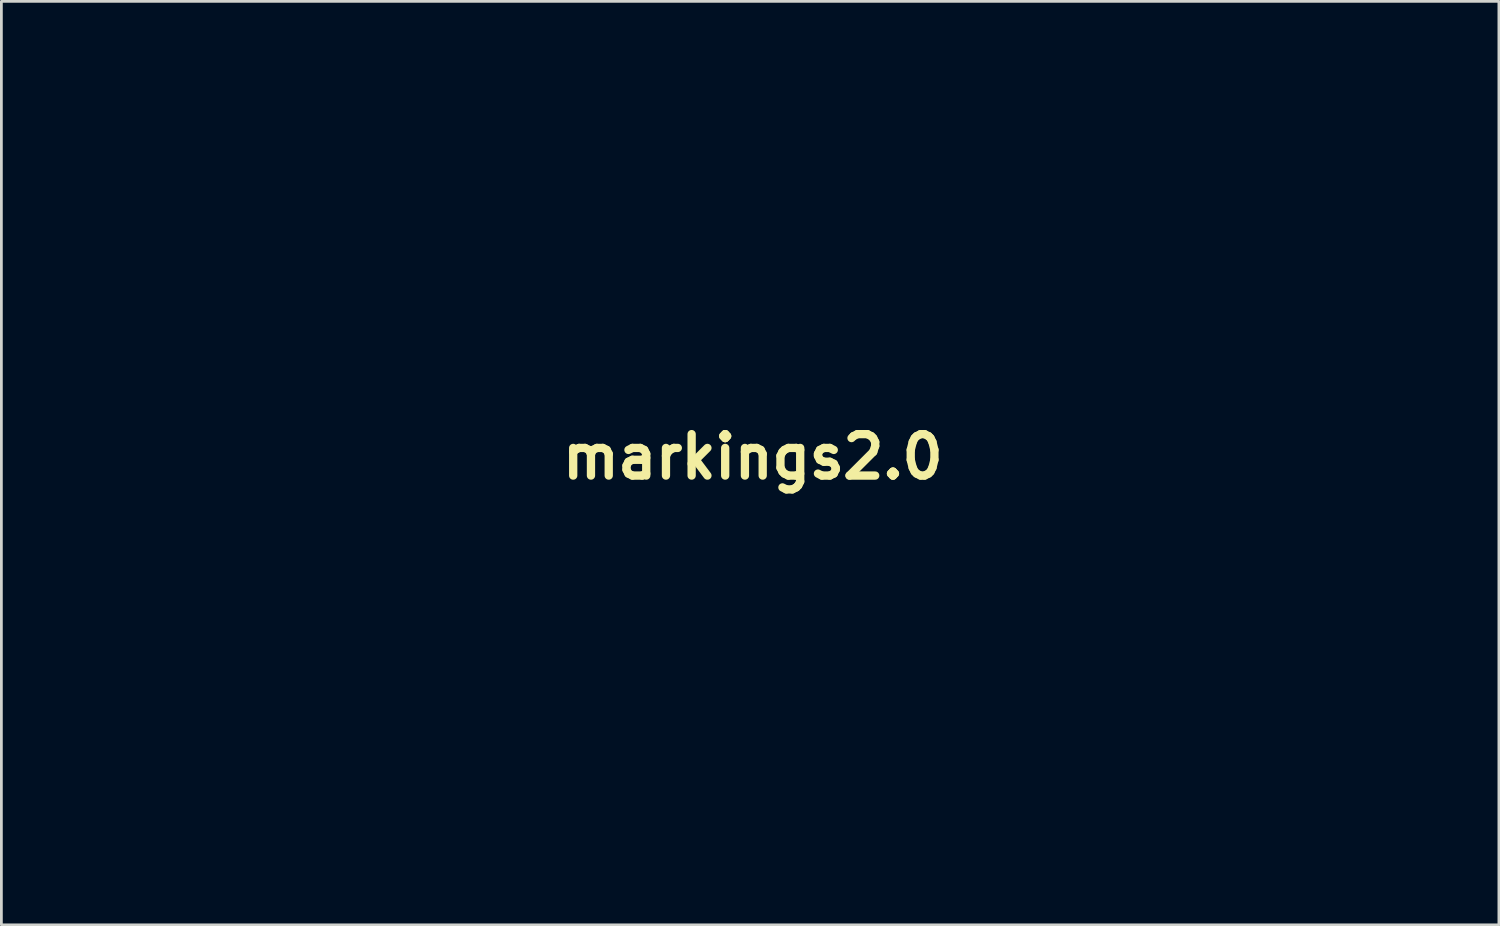
<source format=kicad_pcb>
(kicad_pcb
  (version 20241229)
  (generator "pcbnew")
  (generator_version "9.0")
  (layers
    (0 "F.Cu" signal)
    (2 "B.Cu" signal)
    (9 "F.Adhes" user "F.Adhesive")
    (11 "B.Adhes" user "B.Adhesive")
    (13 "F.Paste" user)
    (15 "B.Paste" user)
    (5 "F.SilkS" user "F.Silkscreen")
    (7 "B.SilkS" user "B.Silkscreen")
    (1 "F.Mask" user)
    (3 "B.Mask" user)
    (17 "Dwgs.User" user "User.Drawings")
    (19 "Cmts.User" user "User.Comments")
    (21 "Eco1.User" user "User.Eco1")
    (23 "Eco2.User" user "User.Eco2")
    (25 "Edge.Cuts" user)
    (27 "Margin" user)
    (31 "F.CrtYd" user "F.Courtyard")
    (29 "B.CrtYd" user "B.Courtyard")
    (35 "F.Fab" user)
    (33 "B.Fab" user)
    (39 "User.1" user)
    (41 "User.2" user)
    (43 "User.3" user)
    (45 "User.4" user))
  (footprint "markings2.0"
    (layer "F.Cu")
    (at 24.192 13.481)
    (property "Reference" "markings2.0" (at 0 0 0) (layer "F.SilkS") (effects (font (size 1.5 1.5) (thickness 0.3))))
    (attr board_only exclude_from_pos_files exclude_from_bom)
    (fp_poly (pts (xy 11.563 6.393) (xy 11.641 6.463) (xy 11.675 6.557) (xy 11.658 6.661) (xy 11.614 6.727) (xy 11.517 6.789) (xy 11.41 6.79) (xy 11.315 6.733) (xy 11.26 6.64) (xy 11.255 6.538) (xy 11.294 6.446) (xy 11.371 6.384) (xy 11.45 6.367)) (stroke (width 0) (type solid)) (fill yes) (layer "F.Mask"))
    (fp_poly (pts (xy 19.123 3.227) (xy 19.195 3.297) (xy 19.223 3.392) (xy 19.201 3.496) (xy 19.157 3.56) (xy 19.06 3.622) (xy 18.954 3.624) (xy 18.858 3.567) (xy 18.799 3.469) (xy 18.795 3.366) (xy 18.84 3.276) (xy 18.926 3.216) (xy 19.014 3.2)) (stroke (width 0) (type solid)) (fill yes) (layer "F.Mask"))
    (fp_poly (pts (xy 21.527 5.231) (xy 21.583 5.32) (xy 21.595 5.401) (xy 21.567 5.501) (xy 21.496 5.569) (xy 21.401 5.598) (xy 21.299 5.581) (xy 21.228 5.533) (xy 21.169 5.44) (xy 21.177 5.342) (xy 21.246 5.245) (xy 21.343 5.186) (xy 21.442 5.183)) (stroke (width 0) (type solid)) (fill yes) (layer "F.Mask"))
    (fp_poly (pts (xy 21.845 5.579) (xy 21.929 5.633) (xy 21.987 5.73) (xy 21.99 5.832) (xy 21.946 5.923) (xy 21.862 5.984) (xy 21.779 6) (xy 21.672 5.979) (xy 21.614 5.926) (xy 21.566 5.812) (xy 21.583 5.704) (xy 21.635 5.635) (xy 21.738 5.576)) (stroke (width 0) (type solid)) (fill yes) (layer "F.Mask"))
    (fp_poly (pts (xy 23.095 7.193) (xy 23.167 7.261) (xy 23.195 7.353) (xy 23.175 7.451) (xy 23.109 7.531) (xy 23.002 7.591) (xy 22.907 7.587) (xy 22.83 7.533) (xy 22.77 7.436) (xy 22.767 7.333) (xy 22.812 7.243) (xy 22.898 7.182) (xy 22.986 7.167)) (stroke (width 0) (type solid)) (fill yes) (layer "F.Mask"))
    (fp_poly (pts (xy 11.173 6.794) (xy 11.247 6.865) (xy 11.28 6.96) (xy 11.263 7.063) (xy 11.215 7.133) (xy 11.135 7.184) (xy 11.065 7.2) (xy 10.978 7.177) (xy 10.914 7.133) (xy 10.856 7.037) (xy 10.853 6.934) (xy 10.897 6.843) (xy 10.981 6.782) (xy 11.065 6.767)) (stroke (width 0) (type solid)) (fill yes) (layer "F.Mask"))
    (fp_poly (pts (xy 11.19 8.399) (xy 11.194 8.402) (xy 11.265 8.492) (xy 11.281 8.589) (xy 11.246 8.678) (xy 11.168 8.743) (xy 11.055 8.767) (xy 10.949 8.74) (xy 10.9 8.693) (xy 10.852 8.58) (xy 10.87 8.476) (xy 10.925 8.406) (xy 11.012 8.346) (xy 11.093 8.343)) (stroke (width 0) (type solid)) (fill yes) (layer "F.Mask"))
    (fp_poly (pts (xy 11.93 9.161) (xy 12.01 9.227) (xy 12.068 9.309) (xy 12.083 9.365) (xy 12.054 9.458) (xy 11.981 9.525) (xy 11.884 9.56) (xy 11.784 9.555) (xy 11.704 9.506) (xy 11.658 9.414) (xy 11.659 9.311) (xy 11.701 9.217) (xy 11.775 9.151) (xy 11.85 9.133)) (stroke (width 0) (type solid)) (fill yes) (layer "F.Mask"))
    (fp_poly (pts (xy 13.583 4.043) (xy 13.617 4.073) (xy 13.676 4.168) (xy 13.67 4.259) (xy 13.626 4.327) (xy 13.525 4.401) (xy 13.41 4.413) (xy 13.361 4.399) (xy 13.273 4.332) (xy 13.232 4.23) (xy 13.237 4.15) (xy 13.289 4.06) (xy 13.378 4.009) (xy 13.482 4.003)) (stroke (width 0) (type solid)) (fill yes) (layer "F.Mask"))
    (fp_poly (pts (xy 15.146 4.427) (xy 15.219 4.494) (xy 15.253 4.584) (xy 15.239 4.68) (xy 15.192 4.745) (xy 15.101 4.79) (xy 14.992 4.795) (xy 14.897 4.759) (xy 14.875 4.739) (xy 14.823 4.642) (xy 14.828 4.544) (xy 14.881 4.461) (xy 14.974 4.409) (xy 15.042 4.4)) (stroke (width 0) (type solid)) (fill yes) (layer "F.Mask"))
    (fp_poly (pts (xy 16.726 9.961) (xy 16.795 10.032) (xy 16.826 10.127) (xy 16.815 10.225) (xy 16.756 10.306) (xy 16.656 10.36) (xy 16.559 10.35) (xy 16.496 10.315) (xy 16.432 10.237) (xy 16.418 10.141) (xy 16.447 10.046) (xy 16.512 9.971) (xy 16.608 9.934) (xy 16.628 9.933)) (stroke (width 0) (type solid)) (fill yes) (layer "F.Mask"))
    (fp_poly (pts (xy 17.091 10.348) (xy 17.167 10.394) (xy 17.221 10.492) (xy 17.222 10.59) (xy 17.181 10.677) (xy 17.108 10.738) (xy 17.015 10.76) (xy 16.912 10.73) (xy 16.839 10.653) (xy 16.811 10.551) (xy 16.83 10.447) (xy 16.896 10.363) (xy 16.902 10.359) (xy 16.99 10.334)) (stroke (width 0) (type solid)) (fill yes) (layer "F.Mask"))
    (fp_poly (pts (xy 19.106 4.02) (xy 19.17 4.061) (xy 19.221 4.155) (xy 19.218 4.25) (xy 19.174 4.333) (xy 19.099 4.391) (xy 19.007 4.412) (xy 18.908 4.384) (xy 18.88 4.365) (xy 18.808 4.275) (xy 18.792 4.178) (xy 18.826 4.088) (xy 18.904 4.023) (xy 19.014 4)) (stroke (width 0) (type solid)) (fill yes) (layer "F.Mask"))
    (fp_poly (pts (xy 20.73 2.448) (xy 20.783 2.537) (xy 20.794 2.614) (xy 20.768 2.727) (xy 20.701 2.802) (xy 20.61 2.833) (xy 20.513 2.814) (xy 20.429 2.746) (xy 20.371 2.645) (xy 20.373 2.559) (xy 20.436 2.474) (xy 20.437 2.472) (xy 20.541 2.409) (xy 20.644 2.403)) (stroke (width 0) (type solid)) (fill yes) (layer "F.Mask"))
    (fp_poly (pts (xy 21.129 9.185) (xy 21.183 9.271) (xy 21.194 9.347) (xy 21.169 9.46) (xy 21.102 9.535) (xy 21.011 9.566) (xy 20.913 9.547) (xy 20.83 9.479) (xy 20.773 9.387) (xy 20.771 9.311) (xy 20.827 9.231) (xy 20.843 9.215) (xy 20.942 9.151) (xy 21.043 9.143)) (stroke (width 0) (type solid)) (fill yes) (layer "F.Mask"))
    (fp_poly (pts (xy 21.497 11.158) (xy 21.571 11.228) (xy 21.595 11.329) (xy 21.568 11.448) (xy 21.488 11.527) (xy 21.421 11.551) (xy 21.343 11.554) (xy 21.27 11.511) (xy 21.246 11.488) (xy 21.176 11.391) (xy 21.169 11.296) (xy 21.213 11.207) (xy 21.288 11.147) (xy 21.378 11.133)) (stroke (width 0) (type solid)) (fill yes) (layer "F.Mask"))
    (fp_poly (pts (xy 11.985 6.002) (xy 12.044 6.078) (xy 12.045 6.081) (xy 12.072 6.154) (xy 12.066 6.217) (xy 12.032 6.289) (xy 11.955 6.375) (xy 11.859 6.402) (xy 11.757 6.368) (xy 11.715 6.333) (xy 11.658 6.238) (xy 11.656 6.138) (xy 11.7 6.049) (xy 11.783 5.988) (xy 11.892 5.973)) (stroke (width 0) (type solid)) (fill yes) (layer "F.Mask"))
    (fp_poly (pts (xy 12.332 8.761) (xy 12.419 8.826) (xy 12.435 8.849) (xy 12.468 8.947) (xy 12.449 9.039) (xy 12.391 9.113) (xy 12.309 9.16) (xy 12.216 9.168) (xy 12.126 9.126) (xy 12.104 9.106) (xy 12.064 9.029) (xy 12.049 8.94) (xy 12.076 8.837) (xy 12.143 8.771) (xy 12.235 8.744)) (stroke (width 0) (type solid)) (fill yes) (layer "F.Mask"))
    (fp_poly (pts (xy 12.772 7.185) (xy 12.833 7.243) (xy 12.879 7.346) (xy 12.861 7.441) (xy 12.802 7.518) (xy 12.705 7.587) (xy 12.609 7.591) (xy 12.524 7.548) (xy 12.469 7.487) (xy 12.45 7.391) (xy 12.45 7.366) (xy 12.458 7.274) (xy 12.492 7.22) (xy 12.541 7.191) (xy 12.666 7.158)) (stroke (width 0) (type solid)) (fill yes) (layer "F.Mask"))
    (fp_poly (pts (xy 15.478 7.953) (xy 15.561 8.005) (xy 15.619 8.075) (xy 15.652 8.148) (xy 15.645 8.207) (xy 15.619 8.258) (xy 15.546 8.332) (xy 15.446 8.364) (xy 15.343 8.352) (xy 15.277 8.307) (xy 15.226 8.208) (xy 15.236 8.1) (xy 15.304 8) (xy 15.374 7.947) (xy 15.437 7.941)) (stroke (width 0) (type solid)) (fill yes) (layer "F.Mask"))
    (fp_poly (pts (xy 15.523 5.99) (xy 15.587 6.033) (xy 15.646 6.127) (xy 15.65 6.222) (xy 15.611 6.306) (xy 15.539 6.368) (xy 15.445 6.394) (xy 15.341 6.375) (xy 15.294 6.348) (xy 15.234 6.272) (xy 15.222 6.177) (xy 15.253 6.083) (xy 15.318 6.007) (xy 15.411 5.968) (xy 15.437 5.967)) (stroke (width 0) (type solid)) (fill yes) (layer "F.Mask"))
    (fp_poly (pts (xy 15.529 12.729) (xy 15.608 12.802) (xy 15.651 12.895) (xy 15.654 12.923) (xy 15.626 13.019) (xy 15.557 13.09) (xy 15.464 13.127) (xy 15.367 13.125) (xy 15.286 13.076) (xy 15.272 13.059) (xy 15.229 12.951) (xy 15.238 12.845) (xy 15.292 12.758) (xy 15.382 12.707) (xy 15.436 12.7)) (stroke (width 0) (type solid)) (fill yes) (layer "F.Mask"))
    (fp_poly (pts (xy 16.7 9.159) (xy 16.782 9.22) (xy 16.81 9.264) (xy 16.829 9.361) (xy 16.806 9.462) (xy 16.75 9.537) (xy 16.745 9.54) (xy 16.653 9.566) (xy 16.55 9.551) (xy 16.477 9.506) (xy 16.437 9.429) (xy 16.422 9.34) (xy 16.448 9.238) (xy 16.515 9.172) (xy 16.605 9.144)) (stroke (width 0) (type solid)) (fill yes) (layer "F.Mask"))
    (fp_poly (pts (xy 16.725 11.546) (xy 16.791 11.612) (xy 16.825 11.702) (xy 16.814 11.808) (xy 16.801 11.838) (xy 16.727 11.931) (xy 16.635 11.966) (xy 16.537 11.938) (xy 16.488 11.9) (xy 16.435 11.807) (xy 16.425 11.696) (xy 16.459 11.598) (xy 16.463 11.593) (xy 16.547 11.527) (xy 16.639 11.514)) (stroke (width 0) (type solid)) (fill yes) (layer "F.Mask"))
    (fp_poly (pts (xy 18.674 3.599) (xy 18.758 3.654) (xy 18.814 3.738) (xy 18.824 3.794) (xy 18.809 3.896) (xy 18.752 3.964) (xy 18.702 3.995) (xy 18.625 4.027) (xy 18.565 4.022) (xy 18.508 3.994) (xy 18.42 3.914) (xy 18.388 3.818) (xy 18.408 3.721) (xy 18.477 3.639) (xy 18.582 3.591)) (stroke (width 0) (type solid)) (fill yes) (layer "F.Mask"))
    (fp_poly (pts (xy 19.464 3.597) (xy 19.546 3.651) (xy 19.613 3.753) (xy 19.617 3.856) (xy 19.556 3.949) (xy 19.538 3.964) (xy 19.457 4.017) (xy 19.388 4.027) (xy 19.325 4.01) (xy 19.245 3.951) (xy 19.2 3.859) (xy 19.196 3.758) (xy 19.238 3.671) (xy 19.25 3.66) (xy 19.36 3.596)) (stroke (width 0) (type solid)) (fill yes) (layer "F.Mask"))
    (fp_poly (pts (xy 21.519 6.018) (xy 21.521 6.019) (xy 21.581 6.095) (xy 21.592 6.189) (xy 21.562 6.284) (xy 21.498 6.36) (xy 21.405 6.398) (xy 21.38 6.4) (xy 21.296 6.372) (xy 21.228 6.31) (xy 21.178 6.205) (xy 21.182 6.108) (xy 21.23 6.029) (xy 21.31 5.98) (xy 21.41 5.972)) (stroke (width 0) (type solid)) (fill yes) (layer "F.Mask"))
    (fp_poly (pts (xy 21.866 4.802) (xy 21.873 4.805) (xy 21.957 4.866) (xy 21.991 4.948) (xy 21.995 5.003) (xy 21.968 5.102) (xy 21.897 5.169) (xy 21.802 5.198) (xy 21.701 5.182) (xy 21.628 5.133) (xy 21.57 5.039) (xy 21.578 4.941) (xy 21.644 4.848) (xy 21.719 4.785) (xy 21.784 4.771)) (stroke (width 0) (type solid)) (fill yes) (layer "F.Mask"))
    (fp_poly (pts (xy 21.919 8.007) (xy 21.923 8.01) (xy 21.982 8.11) (xy 21.991 8.217) (xy 21.949 8.308) (xy 21.943 8.314) (xy 21.858 8.36) (xy 21.752 8.365) (xy 21.656 8.332) (xy 21.614 8.293) (xy 21.567 8.189) (xy 21.583 8.094) (xy 21.644 8.015) (xy 21.74 7.947) (xy 21.829 7.944)) (stroke (width 0) (type solid)) (fill yes) (layer "F.Mask"))
    (fp_poly (pts (xy 23.423 6.377) (xy 23.517 6.422) (xy 23.581 6.5) (xy 23.598 6.578) (xy 23.57 6.674) (xy 23.499 6.747) (xy 23.404 6.788) (xy 23.305 6.789) (xy 23.221 6.742) (xy 23.219 6.739) (xy 23.173 6.648) (xy 23.169 6.539) (xy 23.205 6.445) (xy 23.225 6.422) (xy 23.319 6.374)) (stroke (width 0) (type solid)) (fill yes) (layer "F.Mask"))
    (fp_poly (pts (xy 1.268 -11.05) (xy 1.268 -10.833) (xy 0.968 -10.833) (xy 0.668 -10.833) (xy 0.668 -10.067) (xy 0.668 -9.3) (xy 0.417 -9.3) (xy 0.167 -9.3) (xy 0.167 -10.067) (xy 0.167 -10.833) (xy -0.134 -10.833) (xy -0.434 -10.833) (xy -0.434 -11.05) (xy -0.434 -11.267) (xy 0.417 -11.267) (xy 1.268 -11.267)) (stroke (width 0) (type solid)) (fill yes) (layer "F.Mask"))
    (fp_poly (pts (xy 4.769 -2.007) (xy 4.818 -1.972) (xy 4.873 -1.874) (xy 4.875 -1.775) (xy 4.835 -1.684) (xy 4.765 -1.615) (xy 4.676 -1.576) (xy 4.579 -1.58) (xy 4.486 -1.636) (xy 4.478 -1.644) (xy 4.421 -1.742) (xy 4.409 -1.853) (xy 4.443 -1.951) (xy 4.467 -1.978) (xy 4.556 -2.022) (xy 4.667 -2.031)) (stroke (width 0) (type solid)) (fill yes) (layer "F.Mask"))
    (fp_poly (pts (xy 11.949 10.357) (xy 12.029 10.414) (xy 12.077 10.486) (xy 12.083 10.515) (xy 12.061 10.612) (xy 12.006 10.698) (xy 11.938 10.746) (xy 11.937 10.747) (xy 11.839 10.764) (xy 11.771 10.746) (xy 11.715 10.7) (xy 11.657 10.604) (xy 11.653 10.501) (xy 11.695 10.41) (xy 11.777 10.349) (xy 11.86 10.333)) (stroke (width 0) (type solid)) (fill yes) (layer "F.Mask"))
    (fp_poly (pts (xy 15.118 11.526) (xy 15.2 11.585) (xy 15.247 11.686) (xy 15.252 11.739) (xy 15.227 11.821) (xy 15.163 11.901) (xy 15.083 11.956) (xy 15.036 11.967) (xy 14.984 11.947) (xy 14.912 11.901) (xy 14.907 11.898) (xy 14.834 11.805) (xy 14.822 11.702) (xy 14.871 11.604) (xy 14.91 11.567) (xy 15.016 11.518)) (stroke (width 0) (type solid)) (fill yes) (layer "F.Mask"))
    (fp_poly (pts (xy 23.861 5.992) (xy 23.944 6.055) (xy 23.993 6.135) (xy 23.998 6.168) (xy 23.978 6.232) (xy 23.931 6.31) (xy 23.929 6.312) (xy 23.839 6.382) (xy 23.736 6.398) (xy 23.639 6.357) (xy 23.615 6.334) (xy 23.564 6.237) (xy 23.564 6.133) (xy 23.61 6.041) (xy 23.693 5.981) (xy 23.768 5.967)) (stroke (width 0) (type solid)) (fill yes) (layer "F.Mask"))
    (fp_poly (pts (xy -9.245 -2.583) (xy -9.245 -1.6) (xy -9.506 -1.6) (xy -9.766 -1.6) (xy -9.76 -2.542) (xy -9.759 -2.787) (xy -9.757 -3.012) (xy -9.755 -3.206) (xy -9.754 -3.362) (xy -9.752 -3.471) (xy -9.751 -3.523) (xy -9.751 -3.525) (xy -9.722 -3.549) (xy -9.639 -3.562) (xy -9.496 -3.567) (xy -9.496 -3.567) (xy -9.245 -3.567)) (stroke (width 0) (type solid)) (fill yes) (layer "F.Mask"))
    (fp_poly (pts (xy 11.536 8.759) (xy 11.612 8.821) (xy 11.667 8.896) (xy 11.682 8.945) (xy 11.663 9.029) (xy 11.63 9.093) (xy 11.553 9.15) (xy 11.451 9.167) (xy 11.351 9.142) (xy 11.303 9.106) (xy 11.253 9.007) (xy 11.262 8.901) (xy 11.329 8.808) (xy 11.336 8.802) (xy 11.408 8.755) (xy 11.463 8.733) (xy 11.465 8.733)) (stroke (width 0) (type solid)) (fill yes) (layer "F.Mask"))
    (fp_poly (pts (xy 20.313 5.992) (xy 20.372 6.059) (xy 20.406 6.149) (xy 20.405 6.223) (xy 20.34 6.332) (xy 20.251 6.391) (xy 20.151 6.395) (xy 20.056 6.342) (xy 20.029 6.312) (xy 19.981 6.24) (xy 19.96 6.185) (xy 19.96 6.183) (xy 19.979 6.131) (xy 20.025 6.059) (xy 20.029 6.054) (xy 20.115 5.988) (xy 20.219 5.965)) (stroke (width 0) (type solid)) (fill yes) (layer "F.Mask"))
    (fp_poly (pts (xy 15.538 3.617) (xy 15.6 3.671) (xy 15.637 3.772) (xy 15.653 3.927) (xy 15.654 4.004) (xy 15.65 4.151) (xy 15.635 4.249) (xy 15.607 4.312) (xy 15.595 4.327) (xy 15.499 4.4) (xy 15.395 4.414) (xy 15.337 4.393) (xy 15.283 4.358) (xy 15.25 4.314) (xy 15.231 4.247) (xy 15.222 4.142) (xy 15.22 3.997) (xy 15.227 3.825) (xy 15.249 3.709) (xy 15.294 3.64) (xy 15.366 3.607) (xy 15.446 3.6)) (stroke (width 0) (type solid)) (fill yes) (layer "F.Mask"))
    (fp_poly (pts (xy 19.901 2.818) (xy 19.971 2.878) (xy 20.011 2.986) (xy 20.026 3.15) (xy 20.026 3.182) (xy 20.017 3.371) (xy 19.989 3.502) (xy 19.939 3.582) (xy 19.88 3.613) (xy 19.787 3.631) (xy 19.718 3.614) (xy 19.654 3.57) (xy 19.616 3.532) (xy 19.592 3.486) (xy 19.58 3.415) (xy 19.576 3.301) (xy 19.576 3.223) (xy 19.584 3.041) (xy 19.612 2.915) (xy 19.665 2.839) (xy 19.745 2.804) (xy 19.798 2.8)) (stroke (width 0) (type solid)) (fill yes) (layer "F.Mask"))
    (fp_poly (pts (xy -5.357 -3.35) (xy -5.357 -3.15) (xy -5.866 -3.141) (xy -6.375 -3.132) (xy -6.375 -2.949) (xy -6.375 -2.767) (xy -5.908 -2.767) (xy -5.44 -2.767) (xy -5.44 -2.567) (xy -5.44 -2.367) (xy -5.908 -2.367) (xy -6.375 -2.367) (xy -6.375 -2.183) (xy -6.375 -2) (xy -5.841 -2) (xy -5.307 -2) (xy -5.307 -1.8) (xy -5.307 -1.6) (xy -6.109 -1.6) (xy -6.912 -1.6) (xy -6.902 -2.575) (xy -6.892 -3.55) (xy -6.125 -3.55) (xy -5.357 -3.55)) (stroke (width 0) (type solid)) (fill yes) (layer "F.Mask"))
    (fp_poly (pts (xy -3.478 -7.208) (xy -3.468 -7) (xy -3.987 -7) (xy -4.506 -7) (xy -4.506 -6.817) (xy -4.506 -6.633) (xy -4.039 -6.633) (xy -3.571 -6.633) (xy -3.571 -6.433) (xy -3.571 -6.233) (xy -4.039 -6.233) (xy -4.506 -6.233) (xy -4.506 -6.05) (xy -4.506 -5.867) (xy -3.972 -5.867) (xy -3.438 -5.867) (xy -3.438 -5.667) (xy -3.438 -5.467) (xy -4.237 -5.467) (xy -5.037 -5.467) (xy -5.03 -6.442) (xy -5.023 -7.417) (xy -4.256 -7.417) (xy -3.488 -7.417)) (stroke (width 0) (type solid)) (fill yes) (layer "F.Mask"))
    (fp_poly (pts (xy 17.644 11.505) (xy 17.812 11.518) (xy 17.923 11.544) (xy 17.988 11.591) (xy 18.018 11.664) (xy 18.024 11.74) (xy 18.007 11.84) (xy 17.951 11.908) (xy 17.85 11.948) (xy 17.694 11.965) (xy 17.622 11.967) (xy 17.483 11.965) (xy 17.394 11.955) (xy 17.334 11.935) (xy 17.285 11.899) (xy 17.271 11.885) (xy 17.203 11.786) (xy 17.2 11.689) (xy 17.265 11.589) (xy 17.274 11.578) (xy 17.321 11.537) (xy 17.368 11.513) (xy 17.435 11.502) (xy 17.538 11.501)) (stroke (width 0) (type solid)) (fill yes) (layer "F.Mask"))
    (fp_poly (pts (xy 19.759 5.569) (xy 19.852 5.579) (xy 19.913 5.599) (xy 19.959 5.633) (xy 19.963 5.637) (xy 20.013 5.711) (xy 20.014 5.803) (xy 20.013 5.812) (xy 19.987 5.895) (xy 19.94 5.95) (xy 19.86 5.982) (xy 19.736 5.997) (xy 19.591 6) (xy 19.443 5.997) (xy 19.346 5.988) (xy 19.286 5.969) (xy 19.247 5.939) (xy 19.207 5.862) (xy 19.192 5.774) (xy 19.207 5.685) (xy 19.258 5.624) (xy 19.352 5.587) (xy 19.499 5.569) (xy 19.616 5.567)) (stroke (width 0) (type solid)) (fill yes) (layer "F.Mask"))
    (fp_poly (pts (xy 23.871 6.783) (xy 23.939 6.839) (xy 23.98 6.941) (xy 23.997 7.096) (xy 23.998 7.168) (xy 23.996 7.306) (xy 23.987 7.396) (xy 23.966 7.456) (xy 23.93 7.504) (xy 23.916 7.518) (xy 23.818 7.587) (xy 23.721 7.59) (xy 23.626 7.536) (xy 23.589 7.5) (xy 23.566 7.457) (xy 23.553 7.389) (xy 23.548 7.283) (xy 23.548 7.167) (xy 23.553 6.996) (xy 23.572 6.88) (xy 23.611 6.81) (xy 23.675 6.776) (xy 23.77 6.767) (xy 23.771 6.767)) (stroke (width 0) (type solid)) (fill yes) (layer "F.Mask"))
    (fp_poly (pts (xy 19.855 12.317) (xy 19.944 12.382) (xy 19.986 12.43) (xy 20.01 12.485) (xy 20.022 12.564) (xy 20.026 12.686) (xy 20.026 12.732) (xy 20.024 12.874) (xy 20.013 12.966) (xy 19.991 13.026) (xy 19.96 13.067) (xy 19.862 13.123) (xy 19.752 13.126) (xy 19.654 13.078) (xy 19.639 13.063) (xy 19.607 13.015) (xy 19.587 12.947) (xy 19.578 12.844) (xy 19.576 12.71) (xy 19.577 12.57) (xy 19.585 12.479) (xy 19.602 12.422) (xy 19.633 12.383) (xy 19.654 12.364) (xy 19.758 12.308)) (stroke (width 0) (type solid)) (fill yes) (layer "F.Mask"))
    (fp_poly (pts (xy 12.281 1.606) (xy 12.482 1.613) (xy 12.627 1.628) (xy 12.725 1.661) (xy 12.787 1.721) (xy 12.821 1.818) (xy 12.837 1.962) (xy 12.844 2.162) (xy 12.845 2.181) (xy 12.855 2.593) (xy 12.756 2.705) (xy 12.656 2.817) (xy 12.277 2.825) (xy 12.083 2.827) (xy 11.945 2.819) (xy 11.855 2.803) (xy 11.819 2.788) (xy 11.751 2.739) (xy 11.704 2.674) (xy 11.673 2.581) (xy 11.657 2.449) (xy 11.65 2.265) (xy 11.65 2.205) (xy 11.649 1.827) (xy 11.765 1.711) (xy 11.881 1.594)) (stroke (width 0) (type solid)) (fill yes) (layer "F.Mask"))
    (fp_poly (pts (xy 19.402 0.804) (xy 19.461 0.818) (xy 19.507 0.847) (xy 19.54 0.878) (xy 19.611 0.979) (xy 19.616 1.077) (xy 19.554 1.175) (xy 19.547 1.182) (xy 19.5 1.222) (xy 19.446 1.246) (xy 19.366 1.257) (xy 19.244 1.259) (xy 19.197 1.259) (xy 19.056 1.255) (xy 18.965 1.244) (xy 18.906 1.223) (xy 18.862 1.187) (xy 18.859 1.184) (xy 18.801 1.079) (xy 18.801 0.962) (xy 18.839 0.881) (xy 18.874 0.848) (xy 18.932 0.827) (xy 19.026 0.813) (xy 19.171 0.805) (xy 19.311 0.801)) (stroke (width 0) (type solid)) (fill yes) (layer "F.Mask"))
    (fp_poly (pts (xy 15.014 13.105) (xy 15.129 13.127) (xy 15.2 13.176) (xy 15.238 13.263) (xy 15.252 13.399) (xy 15.253 13.517) (xy 15.249 13.69) (xy 15.227 13.807) (xy 15.179 13.879) (xy 15.093 13.917) (xy 14.957 13.932) (xy 14.836 13.933) (xy 14.691 13.931) (xy 14.595 13.922) (xy 14.533 13.902) (xy 14.489 13.87) (xy 14.486 13.867) (xy 14.453 13.824) (xy 14.433 13.767) (xy 14.422 13.678) (xy 14.419 13.543) (xy 14.419 13.502) (xy 14.423 13.336) (xy 14.442 13.224) (xy 14.487 13.154) (xy 14.568 13.117) (xy 14.697 13.102) (xy 14.844 13.1)) (stroke (width 0) (type solid)) (fill yes) (layer "F.Mask"))
    (fp_poly (pts (xy -4.639 -10.283) (xy -4.639 -9.3) (xy -4.872 -9.3) (xy -5.105 -9.3) (xy -5.114 -9.872) (xy -5.123 -10.443) (xy -5.332 -9.963) (xy -5.542 -9.483) (xy -5.711 -9.483) (xy -5.88 -9.483) (xy -6.102 -9.993) (xy -6.325 -10.503) (xy -6.334 -9.902) (xy -6.343 -9.3) (xy -6.577 -9.3) (xy -6.81 -9.3) (xy -6.801 -10.275) (xy -6.792 -11.25) (xy -6.511 -11.25) (xy -6.231 -11.25) (xy -5.971 -10.685) (xy -5.712 -10.12) (xy -5.55 -10.468) (xy -5.473 -10.636) (xy -5.393 -10.809) (xy -5.324 -10.963) (xy -5.289 -11.041) (xy -5.19 -11.265) (xy -4.915 -11.266) (xy -4.639 -11.267)) (stroke (width 0) (type solid)) (fill yes) (layer "F.Mask"))
    (fp_poly (pts (xy 11.138 9.147) (xy 11.215 9.2) (xy 11.237 9.226) (xy 11.254 9.261) (xy 11.266 9.312) (xy 11.274 9.39) (xy 11.279 9.504) (xy 11.281 9.663) (xy 11.281 9.877) (xy 11.281 9.95) (xy 11.281 10.181) (xy 11.279 10.355) (xy 11.276 10.481) (xy 11.269 10.568) (xy 11.258 10.627) (xy 11.243 10.665) (xy 11.222 10.693) (xy 11.215 10.7) (xy 11.122 10.757) (xy 11.012 10.753) (xy 10.981 10.744) (xy 10.938 10.723) (xy 10.905 10.692) (xy 10.881 10.642) (xy 10.865 10.563) (xy 10.855 10.447) (xy 10.85 10.286) (xy 10.848 10.071) (xy 10.848 9.946) (xy 10.848 9.272) (xy 10.936 9.202) (xy 11.043 9.143)) (stroke (width 0) (type solid)) (fill yes) (layer "F.Mask"))
    (fp_poly (pts (xy 13.394 6.368) (xy 13.486 6.374) (xy 13.544 6.39) (xy 13.584 6.418) (xy 13.615 6.454) (xy 13.663 6.527) (xy 13.685 6.581) (xy 13.685 6.583) (xy 13.665 6.636) (xy 13.619 6.708) (xy 13.615 6.712) (xy 13.578 6.754) (xy 13.536 6.78) (xy 13.473 6.794) (xy 13.374 6.799) (xy 13.251 6.8) (xy 13.108 6.799) (xy 13.016 6.792) (xy 12.958 6.777) (xy 12.917 6.749) (xy 12.885 6.711) (xy 12.842 6.637) (xy 12.831 6.578) (xy 12.832 6.575) (xy 12.849 6.514) (xy 12.85 6.5) (xy 12.871 6.456) (xy 12.903 6.419) (xy 12.949 6.392) (xy 13.029 6.375) (xy 13.155 6.368) (xy 13.251 6.367)) (stroke (width 0) (type solid)) (fill yes) (layer "F.Mask"))
    (fp_poly (pts (xy 18.586 10.333) (xy 18.81 10.336) (xy 18.976 10.345) (xy 19.092 10.363) (xy 19.167 10.393) (xy 19.208 10.437) (xy 19.224 10.498) (xy 19.225 10.529) (xy 19.217 10.618) (xy 19.186 10.681) (xy 19.122 10.722) (xy 19.015 10.748) (xy 18.855 10.763) (xy 18.786 10.767) (xy 18.441 10.783) (xy 18.424 11.123) (xy 18.414 11.269) (xy 18.4 11.391) (xy 18.385 11.472) (xy 18.374 11.496) (xy 18.278 11.547) (xy 18.167 11.543) (xy 18.081 11.499) (xy 17.99 11.428) (xy 17.99 10.955) (xy 17.99 10.737) (xy 17.996 10.577) (xy 18.015 10.466) (xy 18.057 10.395) (xy 18.13 10.355) (xy 18.242 10.337) (xy 18.403 10.333)) (stroke (width 0) (type solid)) (fill yes) (layer "F.Mask"))
    (fp_poly (pts (xy 2.229 -11.259) (xy 2.987 -11.25) (xy 2.987 -11.05) (xy 2.987 -10.85) (xy 2.478 -10.841) (xy 1.969 -10.832) (xy 1.969 -10.649) (xy 1.969 -10.467) (xy 2.437 -10.467) (xy 2.904 -10.467) (xy 2.904 -10.267) (xy 2.904 -10.067) (xy 2.437 -10.067) (xy 1.969 -10.067) (xy 1.969 -9.883) (xy 1.969 -9.7) (xy 2.503 -9.7) (xy 3.037 -9.7) (xy 3.037 -9.5) (xy 3.037 -9.3) (xy 2.253 -9.3) (xy 1.469 -9.3) (xy 1.466 -9.975) (xy 1.464 -10.199) (xy 1.461 -10.416) (xy 1.458 -10.613) (xy 1.453 -10.773) (xy 1.448 -10.881) (xy 1.448 -10.883) (xy 1.444 -11.013) (xy 1.445 -11.124) (xy 1.452 -11.192) (xy 1.47 -11.268)) (stroke (width 0) (type solid)) (fill yes) (layer "F.Mask"))
    (fp_poly (pts (xy 12.589 11.919) (xy 12.706 11.961) (xy 12.782 12.037) (xy 12.826 12.156) (xy 12.846 12.325) (xy 12.85 12.535) (xy 12.85 12.907) (xy 12.737 13.02) (xy 12.623 13.133) (xy 12.261 13.132) (xy 12.064 13.127) (xy 11.925 13.114) (xy 11.832 13.092) (xy 11.806 13.08) (xy 11.743 13.036) (xy 11.699 12.975) (xy 11.671 12.887) (xy 11.655 12.759) (xy 11.649 12.58) (xy 11.649 12.498) (xy 11.649 12.338) (xy 11.654 12.228) (xy 11.665 12.155) (xy 11.686 12.102) (xy 11.72 12.055) (xy 11.746 12.026) (xy 11.791 11.977) (xy 11.834 11.945) (xy 11.888 11.926) (xy 11.97 11.915) (xy 12.094 11.909) (xy 12.199 11.905) (xy 12.423 11.903)) (stroke (width 0) (type solid)) (fill yes) (layer "F.Mask"))
    (fp_poly (pts (xy -12.9 -10.7) (xy -12.773 -10.532) (xy -12.659 -10.384) (xy -12.565 -10.264) (xy -12.495 -10.178) (xy -12.456 -10.136) (xy -12.452 -10.133) (xy -12.434 -10.162) (xy -12.427 -10.225) (xy -12.426 -10.291) (xy -12.425 -10.409) (xy -12.423 -10.563) (xy -12.421 -10.739) (xy -12.421 -10.792) (xy -12.416 -11.267) (xy -12.183 -11.267) (xy -11.949 -11.267) (xy -11.949 -10.283) (xy -11.949 -9.3) (xy -12.179 -9.3) (xy -12.409 -9.3) (xy -12.838 -9.873) (xy -13.267 -10.446) (xy -13.277 -9.873) (xy -13.286 -9.3) (xy -13.516 -9.3) (xy -13.746 -9.3) (xy -13.757 -9.784) (xy -13.761 -10.013) (xy -13.762 -10.275) (xy -13.761 -10.539) (xy -13.757 -10.768) (xy -13.747 -11.267) (xy -13.536 -11.267) (xy -13.325 -11.267)) (stroke (width 0) (type solid)) (fill yes) (layer "F.Mask"))
    (fp_poly (pts (xy 12.36 6.385) (xy 12.427 6.443) (xy 12.467 6.549) (xy 12.482 6.711) (xy 12.483 6.762) (xy 12.473 6.948) (xy 12.44 7.077) (xy 12.379 7.157) (xy 12.285 7.194) (xy 12.214 7.2) (xy 12.129 7.204) (xy 12.092 7.226) (xy 12.083 7.284) (xy 12.083 7.312) (xy 12.059 7.437) (xy 11.998 7.53) (xy 11.913 7.584) (xy 11.817 7.591) (xy 11.724 7.542) (xy 11.715 7.533) (xy 11.682 7.491) (xy 11.662 7.433) (xy 11.652 7.343) (xy 11.649 7.207) (xy 11.649 7.172) (xy 11.654 7) (xy 11.675 6.884) (xy 11.717 6.813) (xy 11.788 6.777) (xy 11.894 6.767) (xy 11.91 6.767) (xy 12.049 6.767) (xy 12.049 6.622) (xy 12.071 6.487) (xy 12.136 6.401) (xy 12.242 6.367) (xy 12.26 6.367)) (stroke (width 0) (type solid)) (fill yes) (layer "F.Mask"))
    (fp_poly (pts (xy 15.636 9.534) (xy 15.842 9.535) (xy 16.026 9.539) (xy 16.177 9.544) (xy 16.285 9.55) (xy 16.339 9.558) (xy 16.341 9.559) (xy 16.401 9.627) (xy 16.437 9.72) (xy 16.438 9.801) (xy 16.415 9.86) (xy 16.383 9.903) (xy 16.333 9.933) (xy 16.253 9.952) (xy 16.135 9.962) (xy 15.968 9.966) (xy 15.785 9.967) (xy 15.253 9.967) (xy 15.253 10.1) (xy 15.229 10.23) (xy 15.163 10.322) (xy 15.064 10.365) (xy 15.036 10.367) (xy 14.95 10.343) (xy 14.886 10.3) (xy 14.853 10.258) (xy 14.833 10.2) (xy 14.823 10.112) (xy 14.82 9.976) (xy 14.819 9.935) (xy 14.82 9.81) (xy 14.826 9.714) (xy 14.845 9.643) (xy 14.886 9.594) (xy 14.955 9.562) (xy 15.062 9.544) (xy 15.213 9.536) (xy 15.416 9.534)) (stroke (width 0) (type solid)) (fill yes) (layer "F.Mask"))
    (fp_poly (pts (xy 11.118 4.786) (xy 11.199 4.83) (xy 11.255 4.879) (xy 11.256 4.88) (xy 11.263 4.923) (xy 11.27 5.022) (xy 11.275 5.167) (xy 11.279 5.346) (xy 11.281 5.549) (xy 11.281 5.584) (xy 11.28 5.821) (xy 11.278 6) (xy 11.272 6.13) (xy 11.263 6.221) (xy 11.25 6.282) (xy 11.233 6.321) (xy 11.23 6.326) (xy 11.152 6.385) (xy 11.05 6.398) (xy 10.95 6.362) (xy 10.914 6.333) (xy 10.892 6.307) (xy 10.875 6.272) (xy 10.863 6.22) (xy 10.855 6.141) (xy 10.85 6.025) (xy 10.848 5.864) (xy 10.848 5.647) (xy 10.848 5.598) (xy 10.848 5.372) (xy 10.849 5.202) (xy 10.852 5.079) (xy 10.859 4.995) (xy 10.87 4.938) (xy 10.886 4.899) (xy 10.909 4.87) (xy 10.929 4.848) (xy 10.995 4.793) (xy 11.045 4.767) (xy 11.049 4.767)) (stroke (width 0) (type solid)) (fill yes) (layer "F.Mask"))
    (fp_poly (pts (xy 14.637 11.909) (xy 14.751 11.94) (xy 14.818 12) (xy 14.849 12.094) (xy 14.853 12.167) (xy 14.853 12.3) (xy 14.986 12.3) (xy 15.114 12.324) (xy 15.205 12.388) (xy 15.25 12.478) (xy 15.242 12.581) (xy 15.195 12.663) (xy 15.16 12.695) (xy 15.111 12.717) (xy 15.034 12.73) (xy 14.914 12.738) (xy 14.803 12.741) (xy 14.469 12.75) (xy 14.458 12.883) (xy 14.438 12.985) (xy 14.403 13.065) (xy 14.395 13.075) (xy 14.311 13.124) (xy 14.207 13.132) (xy 14.112 13.098) (xy 14.07 13.059) (xy 14.048 13.014) (xy 14.033 12.943) (xy 14.024 12.837) (xy 14.02 12.683) (xy 14.019 12.518) (xy 14.021 12.346) (xy 14.026 12.197) (xy 14.032 12.084) (xy 14.041 12.021) (xy 14.044 12.013) (xy 14.115 11.953) (xy 14.234 11.916) (xy 14.409 11.901) (xy 14.467 11.9)) (stroke (width 0) (type solid)) (fill yes) (layer "F.Mask"))
    (fp_poly (pts (xy -7.305 -7.43) (xy -7.217 -7.422) (xy -7.177 -7.41) (xy -7.176 -7.408) (xy -7.191 -7.372) (xy -7.234 -7.287) (xy -7.299 -7.16) (xy -7.383 -7.001) (xy -7.48 -6.819) (xy -7.526 -6.733) (xy -7.877 -6.083) (xy -7.877 -5.775) (xy -7.877 -5.467) (xy -8.127 -5.467) (xy -8.378 -5.467) (xy -8.378 -5.768) (xy -8.378 -6.069) (xy -8.728 -6.716) (xy -8.83 -6.906) (xy -8.921 -7.077) (xy -8.995 -7.221) (xy -9.048 -7.327) (xy -9.076 -7.388) (xy -9.079 -7.398) (xy -9.047 -7.417) (xy -8.959 -7.429) (xy -8.837 -7.433) (xy -8.595 -7.433) (xy -8.366 -7.016) (xy -8.284 -6.868) (xy -8.213 -6.743) (xy -8.16 -6.651) (xy -8.131 -6.604) (xy -8.127 -6.6) (xy -8.108 -6.628) (xy -8.064 -6.704) (xy -8.001 -6.818) (xy -7.925 -6.96) (xy -7.894 -7.017) (xy -7.673 -7.433) (xy -7.425 -7.433)) (stroke (width 0) (type solid)) (fill yes) (layer "F.Mask"))
    (fp_poly (pts (xy -0.489 -3.15) (xy -0.407 -3.001) (xy -0.336 -2.876) (xy -0.284 -2.784) (xy -0.254 -2.737) (xy -0.25 -2.733) (xy -0.231 -2.761) (xy -0.187 -2.837) (xy -0.124 -2.952) (xy -0.047 -3.093) (xy -0.017 -3.15) (xy 0.204 -3.567) (xy 0.452 -3.567) (xy 0.572 -3.564) (xy 0.66 -3.557) (xy 0.7 -3.547) (xy 0.701 -3.545) (xy 0.686 -3.51) (xy 0.644 -3.425) (xy 0.579 -3.299) (xy 0.496 -3.141) (xy 0.4 -2.958) (xy 0.35 -2.865) (xy 0 -2.208) (xy 0 -1.904) (xy 0 -1.6) (xy -0.25 -1.6) (xy -0.501 -1.6) (xy -0.501 -1.898) (xy -0.501 -2.196) (xy -0.851 -2.846) (xy -0.953 -3.037) (xy -1.043 -3.209) (xy -1.117 -3.353) (xy -1.171 -3.46) (xy -1.198 -3.521) (xy -1.202 -3.532) (xy -1.17 -3.551) (xy -1.082 -3.563) (xy -0.959 -3.567) (xy -0.716 -3.567)) (stroke (width 0) (type solid)) (fill yes) (layer "F.Mask"))
    (fp_poly (pts (xy 1.814 -2.572) (xy 1.846 -2.533) (xy 1.88 -2.456) (xy 1.927 -2.329) (xy 1.93 -2.32) (xy 1.978 -2.185) (xy 2.02 -2.066) (xy 2.048 -1.983) (xy 2.053 -1.968) (xy 2.067 -1.941) (xy 2.085 -1.949) (xy 2.112 -1.999) (xy 2.152 -2.099) (xy 2.2 -2.235) (xy 2.322 -2.583) (xy 2.438 -2.585) (xy 2.522 -2.583) (xy 2.573 -2.577) (xy 2.576 -2.576) (xy 2.571 -2.544) (xy 2.546 -2.46) (xy 2.502 -2.337) (xy 2.444 -2.184) (xy 2.407 -2.091) (xy 2.216 -1.617) (xy 2.076 -1.606) (xy 1.983 -1.605) (xy 1.934 -1.625) (xy 1.906 -1.673) (xy 1.804 -1.935) (xy 1.725 -2.141) (xy 1.666 -2.297) (xy 1.624 -2.411) (xy 1.598 -2.488) (xy 1.586 -2.535) (xy 1.584 -2.558) (xy 1.586 -2.562) (xy 1.629 -2.575) (xy 1.709 -2.584) (xy 1.719 -2.585) (xy 1.775 -2.585)) (stroke (width 0) (type solid)) (fill yes) (layer "F.Mask"))
    (fp_poly (pts (xy 20.562 5.174) (xy 20.681 5.201) (xy 20.757 5.255) (xy 20.8 5.341) (xy 20.817 5.425) (xy 20.833 5.514) (xy 20.86 5.555) (xy 20.917 5.566) (xy 20.96 5.567) (xy 21.085 5.592) (xy 21.164 5.664) (xy 21.194 5.78) (xy 21.194 5.789) (xy 21.182 5.88) (xy 21.137 5.942) (xy 21.052 5.979) (xy 20.917 5.997) (xy 20.785 6) (xy 20.645 5.999) (xy 20.554 5.992) (xy 20.497 5.975) (xy 20.458 5.945) (xy 20.429 5.912) (xy 20.378 5.81) (xy 20.36 5.712) (xy 20.355 5.639) (xy 20.327 5.607) (xy 20.257 5.6) (xy 20.235 5.599) (xy 20.124 5.591) (xy 20.054 5.557) (xy 20.002 5.486) (xy 19.998 5.477) (xy 19.965 5.394) (xy 19.975 5.328) (xy 20.036 5.254) (xy 20.041 5.248) (xy 20.09 5.207) (xy 20.146 5.182) (xy 20.226 5.17) (xy 20.35 5.167) (xy 20.388 5.167)) (stroke (width 0) (type solid)) (fill yes) (layer "F.Mask"))
    (fp_poly (pts (xy -10.882 -3.547) (xy -10.673 -3.535) (xy -10.51 -3.511) (xy -10.383 -3.473) (xy -10.282 -3.417) (xy -10.197 -3.34) (xy -10.118 -3.24) (xy -10.053 -3.101) (xy -10.02 -2.928) (xy -10.022 -2.747) (xy -10.059 -2.59) (xy -10.161 -2.409) (xy -10.313 -2.274) (xy -10.513 -2.184) (xy -10.761 -2.139) (xy -10.899 -2.133) (xy -11.148 -2.133) (xy -11.148 -1.867) (xy -11.148 -1.6) (xy -11.416 -1.6) (xy -11.685 -1.6) (xy -11.675 -2.575) (xy -11.672 -2.828) (xy -11.148 -2.828) (xy -11.148 -2.524) (xy -10.91 -2.544) (xy -10.764 -2.561) (xy -10.667 -2.589) (xy -10.599 -2.632) (xy -10.593 -2.638) (xy -10.535 -2.716) (xy -10.514 -2.822) (xy -10.514 -2.853) (xy -10.531 -2.976) (xy -10.589 -3.06) (xy -10.693 -3.111) (xy -10.85 -3.132) (xy -10.919 -3.133) (xy -11.148 -3.133) (xy -11.148 -2.828) (xy -11.672 -2.828) (xy -11.665 -3.55) (xy -11.148 -3.55)) (stroke (width 0) (type solid)) (fill yes) (layer "F.Mask"))
    (fp_poly (pts (xy 14.979 8.336) (xy 15.068 8.345) (xy 15.126 8.365) (xy 15.171 8.401) (xy 15.181 8.41) (xy 15.242 8.523) (xy 15.253 8.61) (xy 15.257 8.689) (xy 15.281 8.724) (xy 15.345 8.733) (xy 15.386 8.733) (xy 15.515 8.758) (xy 15.605 8.824) (xy 15.648 8.917) (xy 15.637 9.027) (xy 15.602 9.093) (xy 15.579 9.121) (xy 15.549 9.141) (xy 15.501 9.154) (xy 15.424 9.162) (xy 15.307 9.165) (xy 15.14 9.167) (xy 15.04 9.167) (xy 14.841 9.166) (xy 14.699 9.163) (xy 14.602 9.156) (xy 14.539 9.145) (xy 14.499 9.127) (xy 14.474 9.106) (xy 14.445 9.055) (xy 14.427 8.974) (xy 14.42 8.847) (xy 14.419 8.762) (xy 14.421 8.62) (xy 14.429 8.527) (xy 14.447 8.467) (xy 14.479 8.423) (xy 14.496 8.406) (xy 14.546 8.368) (xy 14.607 8.346) (xy 14.699 8.336) (xy 14.839 8.333) (xy 14.841 8.333)) (stroke (width 0) (type solid)) (fill yes) (layer "F.Mask"))
    (fp_poly (pts (xy -3.697 -11.25) (xy -3.494 -11.249) (xy -3.344 -11.247) (xy -3.234 -11.241) (xy -3.153 -11.229) (xy -3.086 -11.211) (xy -3.021 -11.184) (xy -2.971 -11.159) (xy -2.803 -11.053) (xy -2.692 -10.921) (xy -2.63 -10.753) (xy -2.613 -10.64) (xy -2.618 -10.409) (xy -2.679 -10.214) (xy -2.792 -10.057) (xy -2.957 -9.941) (xy -3.172 -9.866) (xy -3.434 -9.834) (xy -3.494 -9.833) (xy -3.738 -9.833) (xy -3.738 -9.567) (xy -3.738 -9.3) (xy -3.997 -9.3) (xy -4.256 -9.3) (xy -4.248 -10.275) (xy -4.246 -10.529) (xy -3.738 -10.529) (xy -3.738 -10.224) (xy -3.497 -10.246) (xy -3.347 -10.266) (xy -3.247 -10.296) (xy -3.18 -10.34) (xy -3.124 -10.419) (xy -3.104 -10.529) (xy -3.104 -10.553) (xy -3.122 -10.676) (xy -3.179 -10.76) (xy -3.283 -10.811) (xy -3.44 -10.832) (xy -3.509 -10.833) (xy -3.738 -10.833) (xy -3.738 -10.529) (xy -4.246 -10.529) (xy -4.241 -11.25)) (stroke (width 0) (type solid)) (fill yes) (layer "F.Mask"))
    (fp_poly (pts (xy 6.742 -6.451) (xy 6.742 -5.467) (xy 6.481 -5.467) (xy 6.22 -5.467) (xy 6.216 -5.825) (xy 6.212 -6.183) (xy 5.826 -6.193) (xy 5.44 -6.202) (xy 5.44 -5.834) (xy 5.44 -5.467) (xy 5.19 -5.467) (xy 5.07 -5.468) (xy 4.981 -5.47) (xy 4.938 -5.474) (xy 4.937 -5.475) (xy 4.935 -5.514) (xy 4.932 -5.61) (xy 4.931 -5.751) (xy 4.929 -5.928) (xy 4.928 -6.129) (xy 4.927 -6.345) (xy 4.927 -6.566) (xy 4.927 -6.78) (xy 4.927 -6.977) (xy 4.928 -7.148) (xy 4.929 -7.281) (xy 4.931 -7.365) (xy 4.933 -7.392) (xy 4.973 -7.417) (xy 5.073 -7.43) (xy 5.194 -7.433) (xy 5.44 -7.433) (xy 5.44 -7.033) (xy 5.44 -6.633) (xy 5.824 -6.633) (xy 6.208 -6.633) (xy 6.212 -6.925) (xy 6.214 -7.071) (xy 6.217 -7.203) (xy 6.219 -7.299) (xy 6.22 -7.317) (xy 6.225 -7.417) (xy 6.484 -7.426) (xy 6.742 -7.436)) (stroke (width 0) (type solid)) (fill yes) (layer "F.Mask"))
    (fp_poly (pts (xy 22.848 1.605) (xy 22.932 1.615) (xy 22.99 1.634) (xy 23.018 1.65) (xy 23.1 1.725) (xy 23.155 1.832) (xy 23.185 1.98) (xy 23.194 2.178) (xy 23.192 2.272) (xy 23.186 2.423) (xy 23.176 2.524) (xy 23.16 2.592) (xy 23.131 2.642) (xy 23.086 2.693) (xy 23.071 2.708) (xy 23.021 2.756) (xy 22.975 2.787) (xy 22.919 2.806) (xy 22.836 2.817) (xy 22.711 2.822) (xy 22.604 2.824) (xy 22.45 2.825) (xy 22.315 2.82) (xy 22.217 2.812) (xy 22.179 2.803) (xy 22.107 2.757) (xy 22.046 2.7) (xy 22.017 2.662) (xy 21.998 2.613) (xy 21.987 2.54) (xy 21.981 2.43) (xy 21.979 2.27) (xy 21.979 2.214) (xy 21.979 2.042) (xy 21.983 1.922) (xy 21.991 1.843) (xy 22.007 1.79) (xy 22.033 1.75) (xy 22.071 1.709) (xy 22.115 1.669) (xy 22.159 1.642) (xy 22.218 1.625) (xy 22.308 1.615) (xy 22.441 1.609) (xy 22.548 1.605) (xy 22.725 1.602)) (stroke (width 0) (type solid)) (fill yes) (layer "F.Mask"))
    (fp_poly (pts (xy -1.869 -10.633) (xy -1.868 -10.382) (xy -1.862 -10.189) (xy -1.85 -10.044) (xy -1.83 -9.938) (xy -1.8 -9.863) (xy -1.756 -9.808) (xy -1.698 -9.766) (xy -1.663 -9.747) (xy -1.521 -9.708) (xy -1.371 -9.722) (xy -1.239 -9.785) (xy -1.205 -9.815) (xy -1.176 -9.846) (xy -1.153 -9.878) (xy -1.137 -9.921) (xy -1.126 -9.985) (xy -1.118 -10.079) (xy -1.111 -10.213) (xy -1.106 -10.397) (xy -1.101 -10.576) (xy -1.085 -11.25) (xy -0.834 -11.25) (xy -0.584 -11.25) (xy -0.573 -10.717) (xy -0.572 -10.393) (xy -0.586 -10.127) (xy -0.615 -9.912) (xy -0.664 -9.74) (xy -0.734 -9.604) (xy -0.828 -9.495) (xy -0.948 -9.407) (xy -1.011 -9.372) (xy -1.157 -9.319) (xy -1.341 -9.285) (xy -1.533 -9.273) (xy -1.705 -9.286) (xy -1.755 -9.296) (xy -1.966 -9.383) (xy -2.146 -9.52) (xy -2.282 -9.698) (xy -2.333 -9.807) (xy -2.344 -9.868) (xy -2.354 -9.983) (xy -2.362 -10.141) (xy -2.368 -10.331) (xy -2.371 -10.541) (xy -2.371 -10.574) (xy -2.375 -11.25) (xy -2.122 -11.26) (xy -1.869 -11.269)) (stroke (width 0) (type solid)) (fill yes) (layer "F.Mask"))
    (fp_poly (pts (xy 16.418 2.401) (xy 16.554 2.404) (xy 16.665 2.411) (xy 16.734 2.422) (xy 16.745 2.426) (xy 16.801 2.496) (xy 16.827 2.596) (xy 16.817 2.697) (xy 16.816 2.699) (xy 16.773 2.779) (xy 16.708 2.82) (xy 16.601 2.833) (xy 16.58 2.833) (xy 16.498 2.838) (xy 16.463 2.863) (xy 16.455 2.926) (xy 16.455 2.946) (xy 16.428 3.081) (xy 16.353 3.179) (xy 16.238 3.229) (xy 16.185 3.233) (xy 16.101 3.238) (xy 16.063 3.26) (xy 16.054 3.313) (xy 16.054 3.325) (xy 16.039 3.464) (xy 15.993 3.554) (xy 15.933 3.596) (xy 15.836 3.629) (xy 15.76 3.62) (xy 15.695 3.581) (xy 15.66 3.551) (xy 15.638 3.51) (xy 15.626 3.443) (xy 15.621 3.335) (xy 15.62 3.22) (xy 15.625 3.048) (xy 15.642 2.93) (xy 15.68 2.857) (xy 15.744 2.816) (xy 15.84 2.797) (xy 15.871 2.794) (xy 15.957 2.783) (xy 15.997 2.754) (xy 16.012 2.687) (xy 16.015 2.65) (xy 16.032 2.541) (xy 16.069 2.469) (xy 16.137 2.426) (xy 16.249 2.406) (xy 16.416 2.401)) (stroke (width 0) (type solid)) (fill yes) (layer "F.Mask"))
    (fp_poly (pts (xy -0.247 -7.427) (xy -0.234 -7.427) (xy 0.009 -7.417) (xy 0.284 -6.767) (xy 0.376 -6.547) (xy 0.47 -6.324) (xy 0.559 -6.114) (xy 0.635 -5.933) (xy 0.692 -5.796) (xy 0.694 -5.792) (xy 0.83 -5.467) (xy 0.552 -5.467) (xy 0.274 -5.467) (xy 0.214 -5.633) (xy 0.154 -5.8) (xy -0.269 -5.8) (xy -0.692 -5.8) (xy -0.761 -5.633) (xy -0.831 -5.467) (xy -1.096 -5.467) (xy -1.362 -5.467) (xy -1.041 -6.208) (xy -0.534 -6.208) (xy -0.503 -6.204) (xy -0.422 -6.202) (xy -0.305 -6.2) (xy -0.27 -6.2) (xy -0.007 -6.2) (xy -0.119 -6.501) (xy -0.17 -6.635) (xy -0.214 -6.747) (xy -0.245 -6.821) (xy -0.254 -6.839) (xy -0.272 -6.821) (xy -0.307 -6.756) (xy -0.355 -6.658) (xy -0.407 -6.543) (xy -0.457 -6.425) (xy -0.499 -6.319) (xy -0.527 -6.24) (xy -0.534 -6.208) (xy -1.041 -6.208) (xy -0.947 -6.424) (xy -0.844 -6.661) (xy -0.748 -6.878) (xy -0.664 -7.068) (xy -0.594 -7.224) (xy -0.542 -7.336) (xy -0.511 -7.399) (xy -0.505 -7.409) (xy -0.46 -7.421) (xy -0.368 -7.428)) (stroke (width 0) (type solid)) (fill yes) (layer "F.Mask"))
    (fp_poly (pts (xy 15.88 0.816) (xy 15.972 0.882) (xy 16.041 0.991) (xy 16.054 1.082) (xy 16.059 1.161) (xy 16.088 1.193) (xy 16.158 1.2) (xy 16.168 1.2) (xy 16.296 1.226) (xy 16.388 1.296) (xy 16.431 1.401) (xy 16.433 1.43) (xy 16.415 1.532) (xy 16.356 1.602) (xy 16.248 1.644) (xy 16.099 1.664) (xy 16.078 1.699) (xy 16.061 1.8) (xy 16.051 1.966) (xy 16.049 2.003) (xy 16.042 2.161) (xy 16.032 2.266) (xy 16.016 2.331) (xy 15.991 2.371) (xy 15.973 2.386) (xy 15.872 2.427) (xy 15.765 2.424) (xy 15.68 2.377) (xy 15.678 2.375) (xy 15.641 2.304) (xy 15.617 2.204) (xy 15.615 2.183) (xy 15.604 2.099) (xy 15.577 2.059) (xy 15.514 2.044) (xy 15.463 2.04) (xy 15.332 2.006) (xy 15.251 1.928) (xy 15.22 1.807) (xy 15.22 1.794) (xy 15.25 1.699) (xy 15.333 1.632) (xy 15.459 1.601) (xy 15.494 1.6) (xy 15.62 1.6) (xy 15.62 1.267) (xy 15.622 1.109) (xy 15.629 1.004) (xy 15.643 0.936) (xy 15.667 0.89) (xy 15.687 0.867) (xy 15.781 0.808)) (stroke (width 0) (type solid)) (fill yes) (layer "F.Mask"))
    (fp_poly (pts (xy 16.731 3.227) (xy 16.805 3.308) (xy 16.842 3.432) (xy 16.861 3.514) (xy 16.896 3.554) (xy 16.97 3.573) (xy 17 3.577) (xy 17.125 3.614) (xy 17.198 3.689) (xy 17.222 3.808) (xy 17.223 3.819) (xy 17.205 3.918) (xy 17.144 3.982) (xy 17.031 4.018) (xy 16.993 4.024) (xy 16.91 4.039) (xy 16.868 4.071) (xy 16.848 4.139) (xy 16.84 4.185) (xy 16.81 4.305) (xy 16.752 4.376) (xy 16.652 4.414) (xy 16.594 4.424) (xy 16.508 4.44) (xy 16.467 4.475) (xy 16.448 4.549) (xy 16.445 4.572) (xy 16.424 4.669) (xy 16.393 4.742) (xy 16.387 4.751) (xy 16.319 4.789) (xy 16.222 4.798) (xy 16.126 4.779) (xy 16.073 4.748) (xy 16.053 4.716) (xy 16.038 4.662) (xy 16.029 4.576) (xy 16.023 4.448) (xy 16.021 4.267) (xy 16.021 4.182) (xy 16.021 3.668) (xy 16.119 3.618) (xy 16.223 3.581) (xy 16.32 3.567) (xy 16.385 3.561) (xy 16.414 3.533) (xy 16.421 3.461) (xy 16.422 3.436) (xy 16.444 3.307) (xy 16.509 3.228) (xy 16.617 3.2) (xy 16.622 3.2)) (stroke (width 0) (type solid)) (fill yes) (layer "F.Mask"))
    (fp_poly (pts (xy 17.778 9.139) (xy 17.898 9.162) (xy 17.974 9.206) (xy 18.014 9.279) (xy 18.03 9.376) (xy 18.04 9.463) (xy 18.065 9.507) (xy 18.126 9.527) (xy 18.187 9.536) (xy 18.32 9.575) (xy 18.398 9.649) (xy 18.424 9.764) (xy 18.424 9.769) (xy 18.414 9.842) (xy 18.376 9.894) (xy 18.301 9.929) (xy 18.179 9.952) (xy 18.001 9.965) (xy 17.978 9.967) (xy 17.643 9.983) (xy 17.634 10.117) (xy 17.603 10.239) (xy 17.536 10.324) (xy 17.448 10.363) (xy 17.352 10.352) (xy 17.263 10.284) (xy 17.258 10.279) (xy 17.207 10.177) (xy 17.189 10.079) (xy 17.185 10.006) (xy 17.158 9.974) (xy 17.089 9.967) (xy 17.061 9.967) (xy 16.938 9.942) (xy 16.851 9.878) (xy 16.81 9.787) (xy 16.821 9.685) (xy 16.857 9.622) (xy 16.927 9.558) (xy 17.017 9.535) (xy 17.058 9.533) (xy 17.143 9.53) (xy 17.18 9.507) (xy 17.189 9.449) (xy 17.189 9.421) (xy 17.212 9.309) (xy 17.258 9.221) (xy 17.298 9.178) (xy 17.342 9.151) (xy 17.408 9.138) (xy 17.514 9.134) (xy 17.601 9.133)) (stroke (width 0) (type solid)) (fill yes) (layer "F.Mask"))
    (fp_poly (pts (xy -21.275 -11.26) (xy -21.262 -11.26) (xy -21.019 -11.25) (xy -20.729 -10.567) (xy -20.636 -10.346) (xy -20.543 -10.126) (xy -20.457 -9.921) (xy -20.382 -9.745) (xy -20.327 -9.613) (xy -20.318 -9.592) (xy -20.196 -9.3) (xy -20.475 -9.3) (xy -20.754 -9.3) (xy -20.814 -9.468) (xy -20.875 -9.635) (xy -21.305 -9.626) (xy -21.736 -9.617) (xy -21.792 -9.467) (xy -21.847 -9.317) (xy -22.118 -9.307) (xy -22.39 -9.297) (xy -22.068 -10.042) (xy -21.561 -10.042) (xy -21.531 -10.038) (xy -21.449 -10.035) (xy -21.332 -10.033) (xy -21.295 -10.033) (xy -21.029 -10.033) (xy -21.098 -10.208) (xy -21.148 -10.334) (xy -21.195 -10.458) (xy -21.214 -10.51) (xy -21.249 -10.6) (xy -21.277 -10.665) (xy -21.282 -10.673) (xy -21.3 -10.655) (xy -21.335 -10.59) (xy -21.382 -10.492) (xy -21.434 -10.377) (xy -21.485 -10.259) (xy -21.527 -10.153) (xy -21.554 -10.074) (xy -21.561 -10.042) (xy -22.068 -10.042) (xy -21.975 -10.256) (xy -21.872 -10.493) (xy -21.776 -10.711) (xy -21.692 -10.901) (xy -21.622 -11.056) (xy -21.57 -11.169) (xy -21.539 -11.232) (xy -21.532 -11.242) (xy -21.488 -11.255) (xy -21.396 -11.261)) (stroke (width 0) (type solid)) (fill yes) (layer "F.Mask"))
    (fp_poly (pts (xy -9.713 -7.42) (xy -9.601 -7.389) (xy -9.522 -7.359) (xy -9.401 -7.304) (xy -9.285 -7.24) (xy -9.189 -7.176) (xy -9.128 -7.124) (xy -9.114 -7.1) (xy -9.134 -7.068) (xy -9.187 -7.002) (xy -9.26 -6.917) (xy -9.406 -6.75) (xy -9.484 -6.821) (xy -9.653 -6.937) (xy -9.828 -6.993) (xy -10.002 -6.988) (xy -10.163 -6.924) (xy -10.304 -6.801) (xy -10.329 -6.769) (xy -10.391 -6.636) (xy -10.417 -6.473) (xy -10.406 -6.305) (xy -10.357 -6.158) (xy -10.347 -6.141) (xy -10.231 -6.011) (xy -10.082 -5.93) (xy -9.91 -5.901) (xy -9.73 -5.927) (xy -9.553 -6.008) (xy -9.544 -6.014) (xy -9.403 -6.107) (xy -9.253 -5.956) (xy -9.102 -5.806) (xy -9.199 -5.72) (xy -9.378 -5.597) (xy -9.59 -5.506) (xy -9.816 -5.454) (xy -10.037 -5.443) (xy -10.23 -5.478) (xy -10.473 -5.589) (xy -10.673 -5.743) (xy -10.822 -5.935) (xy -10.9 -6.107) (xy -10.936 -6.284) (xy -10.943 -6.485) (xy -10.92 -6.683) (xy -10.87 -6.852) (xy -10.856 -6.883) (xy -10.713 -7.089) (xy -10.524 -7.25) (xy -10.297 -7.363) (xy -10.039 -7.421) (xy -9.978 -7.426) (xy -9.828 -7.431)) (stroke (width 0) (type solid)) (fill yes) (layer "F.Mask"))
    (fp_poly (pts (xy -4.455 -3.549) (xy -4.219 -3.547) (xy -4.037 -3.54) (xy -3.898 -3.527) (xy -3.789 -3.505) (xy -3.698 -3.472) (xy -3.614 -3.425) (xy -3.562 -3.391) (xy -3.449 -3.276) (xy -3.375 -3.121) (xy -3.339 -2.943) (xy -3.342 -2.757) (xy -3.383 -2.577) (xy -3.461 -2.42) (xy -3.57 -2.306) (xy -3.67 -2.233) (xy -3.493 -1.958) (xy -3.415 -1.836) (xy -3.349 -1.732) (xy -3.304 -1.662) (xy -3.292 -1.642) (xy -3.295 -1.621) (xy -3.34 -1.608) (xy -3.435 -1.602) (xy -3.561 -1.6) (xy -3.855 -1.601) (xy -3.99 -1.859) (xy -4.124 -2.117) (xy -4.315 -2.127) (xy -4.506 -2.137) (xy -4.506 -1.868) (xy -4.506 -1.6) (xy -4.774 -1.6) (xy -5.043 -1.6) (xy -5.033 -2.575) (xy -5.03 -2.833) (xy -4.506 -2.833) (xy -4.506 -2.533) (xy -4.331 -2.534) (xy -4.199 -2.541) (xy -4.071 -2.559) (xy -4.028 -2.569) (xy -3.912 -2.632) (xy -3.839 -2.735) (xy -3.82 -2.862) (xy -3.836 -2.942) (xy -3.878 -3.03) (xy -3.938 -3.087) (xy -4.029 -3.118) (xy -4.167 -3.131) (xy -4.247 -3.132) (xy -4.506 -3.133) (xy -4.506 -2.833) (xy -5.03 -2.833) (xy -5.023 -3.55)) (stroke (width 0) (type solid)) (fill yes) (layer "F.Mask"))
    (fp_poly (pts (xy 12.696 9.541) (xy 12.79 9.595) (xy 12.814 9.621) (xy 12.848 9.674) (xy 12.869 9.738) (xy 12.88 9.831) (xy 12.883 9.968) (xy 12.884 10.021) (xy 12.884 10.333) (xy 13.215 10.333) (xy 13.367 10.334) (xy 13.468 10.339) (xy 13.531 10.352) (xy 13.573 10.374) (xy 13.608 10.411) (xy 13.615 10.421) (xy 13.673 10.513) (xy 13.674 10.589) (xy 13.618 10.669) (xy 13.603 10.685) (xy 13.567 10.717) (xy 13.529 10.74) (xy 13.475 10.754) (xy 13.394 10.762) (xy 13.273 10.766) (xy 13.1 10.767) (xy 13.059 10.767) (xy 12.859 10.765) (xy 12.715 10.759) (xy 12.617 10.748) (xy 12.553 10.731) (xy 12.526 10.716) (xy 12.469 10.646) (xy 12.444 10.529) (xy 12.443 10.524) (xy 12.433 10.435) (xy 12.406 10.392) (xy 12.344 10.372) (xy 12.294 10.365) (xy 12.16 10.332) (xy 12.082 10.274) (xy 12.051 10.183) (xy 12.049 10.151) (xy 12.075 10.038) (xy 12.154 9.964) (xy 12.286 9.929) (xy 12.299 9.927) (xy 12.385 9.916) (xy 12.425 9.888) (xy 12.44 9.821) (xy 12.444 9.783) (xy 12.464 9.682) (xy 12.499 9.602) (xy 12.507 9.592) (xy 12.594 9.54)) (stroke (width 0) (type solid)) (fill yes) (layer "F.Mask"))
    (fp_poly (pts (xy -19.451 -11.249) (xy -19.204 -11.247) (xy -19.012 -11.238) (xy -18.863 -11.22) (xy -18.745 -11.193) (xy -18.647 -11.153) (xy -18.557 -11.098) (xy -18.549 -11.093) (xy -18.431 -10.971) (xy -18.355 -10.803) (xy -18.325 -10.599) (xy -18.324 -10.567) (xy -18.341 -10.365) (xy -18.398 -10.203) (xy -18.501 -10.063) (xy -18.533 -10.032) (xy -18.649 -9.922) (xy -18.476 -9.652) (xy -18.398 -9.531) (xy -18.333 -9.429) (xy -18.289 -9.36) (xy -18.278 -9.342) (xy -18.281 -9.321) (xy -18.326 -9.308) (xy -18.421 -9.302) (xy -18.547 -9.3) (xy -18.841 -9.3) (xy -18.975 -9.558) (xy -19.108 -9.817) (xy -19.3 -9.827) (xy -19.492 -9.837) (xy -19.492 -9.568) (xy -19.492 -9.3) (xy -19.751 -9.3) (xy -20.01 -9.3) (xy -20.002 -10.275) (xy -20 -10.533) (xy -19.492 -10.533) (xy -19.492 -10.233) (xy -19.317 -10.234) (xy -19.186 -10.241) (xy -19.058 -10.259) (xy -19.014 -10.269) (xy -18.898 -10.332) (xy -18.826 -10.435) (xy -18.806 -10.562) (xy -18.823 -10.642) (xy -18.864 -10.73) (xy -18.924 -10.787) (xy -19.016 -10.818) (xy -19.154 -10.831) (xy -19.234 -10.832) (xy -19.492 -10.833) (xy -19.492 -10.533) (xy -20 -10.533) (xy -19.995 -11.25)) (stroke (width 0) (type solid)) (fill yes) (layer "F.Mask"))
    (fp_poly (pts (xy -14.794 -11.231) (xy -14.565 -11.149) (xy -14.358 -11.014) (xy -14.316 -10.977) (xy -14.162 -10.803) (xy -14.067 -10.614) (xy -14.025 -10.398) (xy -14.024 -10.236) (xy -14.066 -9.972) (xy -14.163 -9.745) (xy -14.316 -9.556) (xy -14.522 -9.406) (xy -14.615 -9.359) (xy -14.795 -9.304) (xy -15.006 -9.278) (xy -15.223 -9.282) (xy -15.415 -9.317) (xy -15.447 -9.328) (xy -15.671 -9.44) (xy -15.861 -9.599) (xy -16.006 -9.794) (xy -16.09 -9.992) (xy -16.115 -10.151) (xy -16.114 -10.269) (xy -15.587 -10.269) (xy -15.559 -10.072) (xy -15.476 -9.907) (xy -15.343 -9.783) (xy -15.253 -9.736) (xy -15.132 -9.712) (xy -14.988 -9.72) (xy -14.854 -9.756) (xy -14.791 -9.791) (xy -14.653 -9.926) (xy -14.575 -10.087) (xy -14.554 -10.263) (xy -14.581 -10.466) (xy -14.658 -10.628) (xy -14.78 -10.746) (xy -14.943 -10.814) (xy -15.02 -10.826) (xy -15.2 -10.813) (xy -15.355 -10.744) (xy -15.476 -10.626) (xy -15.557 -10.469) (xy -15.587 -10.279) (xy -15.587 -10.269) (xy -16.114 -10.269) (xy -16.114 -10.338) (xy -16.09 -10.524) (xy -16.046 -10.681) (xy -16.029 -10.718) (xy -15.893 -10.916) (xy -15.715 -11.07) (xy -15.505 -11.181) (xy -15.275 -11.246) (xy -15.034 -11.263)) (stroke (width 0) (type solid)) (fill yes) (layer "F.Mask"))
    (fp_poly (pts (xy -9.716 -11.215) (xy -9.64 -11.187) (xy -9.526 -11.134) (xy -9.413 -11.07) (xy -9.32 -11.007) (xy -9.261 -10.956) (xy -9.249 -10.933) (xy -9.269 -10.902) (xy -9.322 -10.835) (xy -9.395 -10.75) (xy -9.541 -10.584) (xy -9.619 -10.655) (xy -9.777 -10.764) (xy -9.948 -10.82) (xy -10.117 -10.824) (xy -10.274 -10.777) (xy -10.406 -10.681) (xy -10.493 -10.554) (xy -10.536 -10.41) (xy -10.546 -10.244) (xy -10.525 -10.086) (xy -10.481 -9.975) (xy -10.365 -9.844) (xy -10.215 -9.763) (xy -10.044 -9.735) (xy -9.864 -9.76) (xy -9.687 -9.841) (xy -9.678 -9.847) (xy -9.538 -9.939) (xy -9.392 -9.796) (xy -9.315 -9.717) (xy -9.262 -9.656) (xy -9.245 -9.63) (xy -9.273 -9.593) (xy -9.347 -9.538) (xy -9.45 -9.474) (xy -9.567 -9.41) (xy -9.683 -9.356) (xy -9.777 -9.32) (xy -10.029 -9.273) (xy -10.264 -9.288) (xy -10.364 -9.313) (xy -10.599 -9.414) (xy -10.787 -9.555) (xy -10.937 -9.745) (xy -10.987 -9.833) (xy -11.038 -9.982) (xy -11.065 -10.166) (xy -11.068 -10.363) (xy -11.047 -10.549) (xy -11 -10.701) (xy -10.992 -10.718) (xy -10.85 -10.917) (xy -10.664 -11.075) (xy -10.446 -11.187) (xy -10.208 -11.251) (xy -9.961 -11.261)) (stroke (width 0) (type solid)) (fill yes) (layer "F.Mask"))
    (fp_poly (pts (xy -2.603 -7.415) (xy -2.355 -7.412) (xy -2.161 -7.403) (xy -2.01 -7.386) (xy -1.892 -7.359) (xy -1.794 -7.32) (xy -1.704 -7.267) (xy -1.693 -7.259) (xy -1.583 -7.145) (xy -1.509 -6.991) (xy -1.472 -6.815) (xy -1.472 -6.631) (xy -1.508 -6.454) (xy -1.579 -6.301) (xy -1.687 -6.187) (xy -1.704 -6.175) (xy -1.802 -6.113) (xy -1.626 -5.832) (xy -1.548 -5.707) (xy -1.482 -5.602) (xy -1.437 -5.53) (xy -1.423 -5.508) (xy -1.426 -5.488) (xy -1.47 -5.475) (xy -1.565 -5.468) (xy -1.692 -5.467) (xy -1.986 -5.467) (xy -2.119 -5.725) (xy -2.253 -5.983) (xy -2.445 -5.993) (xy -2.637 -6.003) (xy -2.637 -5.735) (xy -2.637 -5.467) (xy -2.903 -5.467) (xy -3.17 -5.467) (xy -3.162 -6.442) (xy -3.16 -6.695) (xy -2.637 -6.695) (xy -2.637 -6.39) (xy -2.39 -6.409) (xy -2.259 -6.423) (xy -2.147 -6.442) (xy -2.078 -6.462) (xy -2.075 -6.464) (xy -2.005 -6.534) (xy -1.963 -6.642) (xy -1.956 -6.759) (xy -1.97 -6.817) (xy -2.013 -6.902) (xy -2.074 -6.956) (xy -2.167 -6.986) (xy -2.306 -6.998) (xy -2.378 -6.999) (xy -2.637 -7) (xy -2.637 -6.695) (xy -3.16 -6.695) (xy -3.154 -7.417)) (stroke (width 0) (type solid)) (fill yes) (layer "F.Mask"))
    (fp_poly (pts (xy 6.131 -3.55) (xy 6.35 -3.485) (xy 6.532 -3.365) (xy 6.677 -3.19) (xy 6.714 -3.123) (xy 6.761 -2.988) (xy 6.793 -2.809) (xy 6.807 -2.608) (xy 6.803 -2.407) (xy 6.78 -2.226) (xy 6.764 -2.164) (xy 6.688 -1.986) (xy 6.576 -1.828) (xy 6.442 -1.707) (xy 6.35 -1.657) (xy 6.159 -1.604) (xy 5.949 -1.584) (xy 5.754 -1.6) (xy 5.701 -1.612) (xy 5.489 -1.696) (xy 5.326 -1.821) (xy 5.207 -1.993) (xy 5.125 -2.215) (xy 5.081 -2.499) (xy 5.086 -2.633) (xy 5.613 -2.633) (xy 5.615 -2.449) (xy 5.632 -2.289) (xy 5.639 -2.255) (xy 5.697 -2.114) (xy 5.791 -2.016) (xy 5.907 -1.966) (xy 6.033 -1.97) (xy 6.131 -2.017) (xy 6.206 -2.105) (xy 6.256 -2.25) (xy 6.281 -2.454) (xy 6.284 -2.603) (xy 6.273 -2.817) (xy 6.24 -2.975) (xy 6.182 -3.084) (xy 6.096 -3.151) (xy 6.055 -3.168) (xy 5.917 -3.182) (xy 5.792 -3.137) (xy 5.695 -3.043) (xy 5.652 -2.95) (xy 5.625 -2.809) (xy 5.613 -2.633) (xy 5.086 -2.633) (xy 5.091 -2.782) (xy 5.156 -3.048) (xy 5.215 -3.183) (xy 5.336 -3.346) (xy 5.506 -3.465) (xy 5.721 -3.538) (xy 5.878 -3.559)) (stroke (width 0) (type solid)) (fill yes) (layer "F.Mask"))
    (fp_poly (pts (xy -2.453 -3.549) (xy -2.216 -3.547) (xy -2.035 -3.54) (xy -1.896 -3.527) (xy -1.787 -3.505) (xy -1.696 -3.472) (xy -1.611 -3.425) (xy -1.56 -3.391) (xy -1.449 -3.277) (xy -1.374 -3.123) (xy -1.337 -2.944) (xy -1.337 -2.757) (xy -1.377 -2.578) (xy -1.458 -2.424) (xy -1.498 -2.377) (xy -1.567 -2.313) (xy -1.621 -2.274) (xy -1.641 -2.253) (xy -1.639 -2.216) (xy -1.609 -2.152) (xy -1.549 -2.051) (xy -1.494 -1.964) (xy -1.415 -1.84) (xy -1.348 -1.735) (xy -1.303 -1.663) (xy -1.289 -1.642) (xy -1.292 -1.621) (xy -1.337 -1.608) (xy -1.432 -1.602) (xy -1.558 -1.6) (xy -1.852 -1.601) (xy -1.987 -1.859) (xy -2.122 -2.117) (xy -2.313 -2.127) (xy -2.503 -2.137) (xy -2.503 -1.868) (xy -2.503 -1.6) (xy -2.772 -1.6) (xy -3.04 -1.6) (xy -3.03 -2.575) (xy -3.028 -2.833) (xy -2.503 -2.833) (xy -2.503 -2.533) (xy -2.328 -2.534) (xy -2.197 -2.541) (xy -2.069 -2.559) (xy -2.025 -2.569) (xy -1.908 -2.632) (xy -1.837 -2.735) (xy -1.819 -2.865) (xy -1.837 -2.953) (xy -1.874 -3.036) (xy -1.928 -3.089) (xy -2.014 -3.119) (xy -2.144 -3.132) (xy -2.251 -3.133) (xy -2.503 -3.133) (xy -2.503 -2.833) (xy -3.028 -2.833) (xy -3.021 -3.55)) (stroke (width 0) (type solid)) (fill yes) (layer "F.Mask"))
    (fp_poly (pts (xy 4.281 -7.374) (xy 4.507 -7.28) (xy 4.667 -7.17) (xy 4.745 -7.102) (xy 4.604 -6.934) (xy 4.528 -6.849) (xy 4.468 -6.788) (xy 4.438 -6.767) (xy 4.4 -6.789) (xy 4.368 -6.822) (xy 4.287 -6.886) (xy 4.168 -6.945) (xy 4.04 -6.986) (xy 3.946 -6.999) (xy 3.797 -6.972) (xy 3.651 -6.898) (xy 3.534 -6.792) (xy 3.508 -6.755) (xy 3.455 -6.618) (xy 3.436 -6.453) (xy 3.451 -6.286) (xy 3.501 -6.147) (xy 3.504 -6.141) (xy 3.622 -6.008) (xy 3.777 -5.925) (xy 3.931 -5.9) (xy 4.093 -5.921) (xy 4.252 -5.976) (xy 4.378 -6.055) (xy 4.38 -6.057) (xy 4.417 -6.084) (xy 4.453 -6.083) (xy 4.503 -6.048) (xy 4.584 -5.972) (xy 4.59 -5.966) (xy 4.668 -5.886) (xy 4.722 -5.825) (xy 4.74 -5.797) (xy 4.714 -5.768) (xy 4.648 -5.715) (xy 4.564 -5.656) (xy 4.325 -5.527) (xy 4.076 -5.455) (xy 3.83 -5.441) (xy 3.621 -5.48) (xy 3.383 -5.586) (xy 3.184 -5.738) (xy 3.033 -5.929) (xy 2.952 -6.107) (xy 2.915 -6.285) (xy 2.909 -6.487) (xy 2.932 -6.687) (xy 2.982 -6.856) (xy 2.996 -6.885) (xy 3.112 -7.052) (xy 3.275 -7.204) (xy 3.465 -7.325) (xy 3.557 -7.365) (xy 3.788 -7.42) (xy 4.035 -7.421)) (stroke (width 0) (type solid)) (fill yes) (layer "F.Mask"))
    (fp_poly (pts (xy 1.535 -7.416) (xy 1.783 -7.413) (xy 1.976 -7.405) (xy 2.126 -7.388) (xy 2.244 -7.361) (xy 2.342 -7.322) (xy 2.432 -7.269) (xy 2.446 -7.259) (xy 2.557 -7.143) (xy 2.632 -6.987) (xy 2.669 -6.807) (xy 2.667 -6.619) (xy 2.626 -6.44) (xy 2.544 -6.286) (xy 2.508 -6.244) (xy 2.439 -6.18) (xy 2.384 -6.141) (xy 2.364 -6.12) (xy 2.367 -6.083) (xy 2.396 -6.019) (xy 2.456 -5.917) (xy 2.511 -5.83) (xy 2.59 -5.707) (xy 2.657 -5.602) (xy 2.703 -5.53) (xy 2.716 -5.508) (xy 2.713 -5.488) (xy 2.668 -5.475) (xy 2.573 -5.468) (xy 2.447 -5.467) (xy 2.153 -5.467) (xy 2.019 -5.725) (xy 1.886 -5.983) (xy 1.694 -5.993) (xy 1.502 -6.003) (xy 1.502 -5.735) (xy 1.502 -5.467) (xy 1.236 -5.467) (xy 0.971 -5.467) (xy 0.978 -6.442) (xy 0.979 -6.695) (xy 1.502 -6.695) (xy 1.502 -6.39) (xy 1.749 -6.409) (xy 1.88 -6.423) (xy 1.992 -6.442) (xy 2.061 -6.462) (xy 2.064 -6.464) (xy 2.134 -6.534) (xy 2.176 -6.642) (xy 2.183 -6.759) (xy 2.169 -6.817) (xy 2.126 -6.902) (xy 2.065 -6.956) (xy 1.972 -6.986) (xy 1.833 -6.998) (xy 1.761 -6.999) (xy 1.502 -7) (xy 1.502 -6.695) (xy 0.979 -6.695) (xy 0.985 -7.417)) (stroke (width 0) (type solid)) (fill yes) (layer "F.Mask"))
    (fp_poly (pts (xy 23.058 7.963) (xy 23.135 8.039) (xy 23.186 8.141) (xy 23.197 8.215) (xy 23.197 8.333) (xy 23.516 8.333) (xy 23.666 8.335) (xy 23.766 8.341) (xy 23.832 8.355) (xy 23.879 8.381) (xy 23.916 8.415) (xy 23.985 8.515) (xy 23.988 8.612) (xy 23.94 8.696) (xy 23.913 8.723) (xy 23.878 8.742) (xy 23.824 8.755) (xy 23.739 8.764) (xy 23.612 8.769) (xy 23.435 8.773) (xy 23.347 8.775) (xy 22.813 8.783) (xy 22.795 8.922) (xy 22.781 9.01) (xy 22.76 9.074) (xy 22.722 9.117) (xy 22.658 9.145) (xy 22.558 9.159) (xy 22.411 9.165) (xy 22.209 9.167) (xy 22.177 9.167) (xy 21.981 9.166) (xy 21.842 9.164) (xy 21.747 9.158) (xy 21.687 9.148) (xy 21.65 9.131) (xy 21.625 9.107) (xy 21.614 9.093) (xy 21.567 8.995) (xy 21.579 8.903) (xy 21.631 8.821) (xy 21.666 8.781) (xy 21.705 8.755) (xy 21.763 8.741) (xy 21.854 8.735) (xy 21.994 8.733) (xy 22.031 8.733) (xy 22.363 8.733) (xy 22.363 8.606) (xy 22.39 8.473) (xy 22.469 8.381) (xy 22.591 8.337) (xy 22.64 8.333) (xy 22.719 8.33) (xy 22.754 8.305) (xy 22.763 8.241) (xy 22.763 8.201) (xy 22.787 8.08) (xy 22.849 7.987) (xy 22.937 7.937) (xy 22.971 7.933)) (stroke (width 0) (type solid)) (fill yes) (layer "F.Mask"))
    (fp_poly (pts (xy -22.956 -11.239) (xy -22.747 -11.182) (xy -22.696 -11.16) (xy -22.583 -11.1) (xy -22.483 -11.038) (xy -22.435 -11.003) (xy -22.357 -10.935) (xy -22.499 -10.767) (xy -22.574 -10.682) (xy -22.634 -10.622) (xy -22.664 -10.6) (xy -22.703 -10.623) (xy -22.732 -10.652) (xy -22.821 -10.725) (xy -22.947 -10.787) (xy -23.08 -10.826) (xy -23.149 -10.833) (xy -23.326 -10.802) (xy -23.482 -10.713) (xy -23.583 -10.604) (xy -23.634 -10.512) (xy -23.658 -10.409) (xy -23.664 -10.281) (xy -23.659 -10.152) (xy -23.636 -10.059) (xy -23.588 -9.972) (xy -23.566 -9.942) (xy -23.44 -9.82) (xy -23.284 -9.752) (xy -23.109 -9.737) (xy -22.928 -9.779) (xy -22.792 -9.849) (xy -22.655 -9.939) (xy -22.509 -9.796) (xy -22.432 -9.718) (xy -22.38 -9.659) (xy -22.364 -9.635) (xy -22.393 -9.594) (xy -22.468 -9.536) (xy -22.572 -9.469) (xy -22.689 -9.405) (xy -22.804 -9.352) (xy -22.865 -9.33) (xy -23.089 -9.279) (xy -23.29 -9.275) (xy -23.494 -9.32) (xy -23.524 -9.33) (xy -23.747 -9.439) (xy -23.936 -9.596) (xy -24.081 -9.79) (xy -24.167 -9.992) (xy -24.192 -10.151) (xy -24.192 -10.336) (xy -24.168 -10.521) (xy -24.124 -10.678) (xy -24.106 -10.717) (xy -23.984 -10.893) (xy -23.816 -11.05) (xy -23.624 -11.169) (xy -23.614 -11.173) (xy -23.415 -11.234) (xy -23.187 -11.256)) (stroke (width 0) (type solid)) (fill yes) (layer "F.Mask"))
    (fp_poly (pts (xy 3.701 -3.538) (xy 3.863 -3.5) (xy 3.982 -3.43) (xy 4.071 -3.322) (xy 4.112 -3.243) (xy 4.15 -3.124) (xy 4.154 -3.006) (xy 4.121 -2.88) (xy 4.047 -2.738) (xy 3.929 -2.574) (xy 3.762 -2.378) (xy 3.703 -2.313) (xy 3.432 -2.017) (xy 3.815 -2.007) (xy 3.989 -2.002) (xy 4.107 -1.992) (xy 4.181 -1.97) (xy 4.22 -1.928) (xy 4.235 -1.859) (xy 4.238 -1.757) (xy 4.238 -1.725) (xy 4.239 -1.6) (xy 3.488 -1.6) (xy 2.737 -1.6) (xy 2.738 -1.758) (xy 2.74 -1.817) (xy 2.749 -1.867) (xy 2.77 -1.918) (xy 2.812 -1.98) (xy 2.879 -2.061) (xy 2.978 -2.171) (xy 3.116 -2.319) (xy 3.143 -2.349) (xy 3.316 -2.536) (xy 3.444 -2.685) (xy 3.534 -2.802) (xy 3.589 -2.893) (xy 3.615 -2.966) (xy 3.615 -3.028) (xy 3.612 -3.041) (xy 3.564 -3.111) (xy 3.471 -3.144) (xy 3.348 -3.141) (xy 3.205 -3.103) (xy 3.055 -3.03) (xy 3.028 -3.013) (xy 2.945 -2.968) (xy 2.883 -2.949) (xy 2.869 -2.951) (xy 2.827 -2.998) (xy 2.781 -3.08) (xy 2.74 -3.172) (xy 2.716 -3.25) (xy 2.716 -3.283) (xy 2.752 -3.318) (xy 2.833 -3.37) (xy 2.942 -3.43) (xy 2.959 -3.438) (xy 3.078 -3.493) (xy 3.174 -3.527) (xy 3.274 -3.544) (xy 3.403 -3.549) (xy 3.487 -3.55)) (stroke (width 0) (type solid)) (fill yes) (layer "F.Mask"))
    (fp_poly (pts (xy 16.803 10.838) (xy 16.829 10.965) (xy 16.796 11.069) (xy 16.711 11.139) (xy 16.58 11.167) (xy 16.569 11.167) (xy 16.502 11.172) (xy 16.468 11.201) (xy 16.45 11.272) (xy 16.445 11.308) (xy 16.401 11.445) (xy 16.315 11.532) (xy 16.188 11.566) (xy 16.168 11.567) (xy 16.054 11.567) (xy 16.054 11.733) (xy 16.054 11.9) (xy 16.183 11.9) (xy 16.311 11.926) (xy 16.396 11.999) (xy 16.432 12.115) (xy 16.433 12.135) (xy 16.426 12.214) (xy 16.401 12.272) (xy 16.347 12.311) (xy 16.256 12.336) (xy 16.118 12.349) (xy 15.924 12.356) (xy 15.878 12.357) (xy 15.71 12.358) (xy 15.563 12.356) (xy 15.452 12.352) (xy 15.391 12.346) (xy 15.387 12.344) (xy 15.281 12.275) (xy 15.226 12.175) (xy 15.22 12.128) (xy 15.249 12.015) (xy 15.33 11.937) (xy 15.454 11.901) (xy 15.487 11.9) (xy 15.62 11.9) (xy 15.62 11.533) (xy 15.62 11.167) (xy 15.293 11.167) (xy 15.137 11.165) (xy 15.032 11.158) (xy 14.963 11.143) (xy 14.915 11.118) (xy 14.892 11.099) (xy 14.834 11.007) (xy 14.824 10.901) (xy 14.863 10.807) (xy 14.88 10.788) (xy 14.905 10.772) (xy 14.944 10.759) (xy 15.005 10.749) (xy 15.095 10.742) (xy 15.222 10.738) (xy 15.395 10.735) (xy 15.619 10.734) (xy 15.85 10.733) (xy 16.759 10.733)) (stroke (width 0) (type solid)) (fill yes) (layer "F.Mask"))
    (fp_poly (pts (xy 20.548 0.818) (xy 20.658 0.83) (xy 20.733 0.862) (xy 20.779 0.922) (xy 20.804 1.021) (xy 20.816 1.169) (xy 20.822 1.352) (xy 20.826 1.584) (xy 20.819 1.758) (xy 20.799 1.881) (xy 20.763 1.962) (xy 20.707 2.009) (xy 20.629 2.03) (xy 20.562 2.033) (xy 20.485 2.036) (xy 20.446 2.057) (xy 20.427 2.114) (xy 20.418 2.19) (xy 20.399 2.294) (xy 20.362 2.364) (xy 20.296 2.406) (xy 20.188 2.427) (xy 20.028 2.433) (xy 19.992 2.433) (xy 19.845 2.431) (xy 19.749 2.422) (xy 19.689 2.404) (xy 19.648 2.373) (xy 19.645 2.369) (xy 19.603 2.295) (xy 19.572 2.192) (xy 19.568 2.169) (xy 19.55 2.033) (xy 19.226 2.033) (xy 19.07 2.031) (xy 18.966 2.024) (xy 18.9 2.009) (xy 18.858 1.984) (xy 18.847 1.972) (xy 18.798 1.874) (xy 18.802 1.763) (xy 18.858 1.667) (xy 18.884 1.645) (xy 18.917 1.628) (xy 18.968 1.616) (xy 19.044 1.608) (xy 19.155 1.603) (xy 19.31 1.601) (xy 19.518 1.6) (xy 19.642 1.6) (xy 20.36 1.6) (xy 20.36 1.438) (xy 20.36 1.275) (xy 20.222 1.257) (xy 20.088 1.221) (xy 20.01 1.153) (xy 19.982 1.048) (xy 19.982 1.033) (xy 19.993 0.941) (xy 20.032 0.878) (xy 20.109 0.84) (xy 20.234 0.821) (xy 20.393 0.817)) (stroke (width 0) (type solid)) (fill yes) (layer "F.Mask"))
    (fp_poly (pts (xy 4.113 -11.259) (xy 4.38 -11.232) (xy 4.591 -11.186) (xy 4.752 -11.116) (xy 4.869 -11.02) (xy 4.947 -10.895) (xy 4.99 -10.739) (xy 5.001 -10.632) (xy 5.002 -10.496) (xy 4.992 -10.371) (xy 4.977 -10.294) (xy 4.916 -10.174) (xy 4.824 -10.058) (xy 4.724 -9.976) (xy 4.72 -9.974) (xy 4.701 -9.953) (xy 4.703 -9.916) (xy 4.733 -9.851) (xy 4.793 -9.75) (xy 4.847 -9.664) (xy 4.927 -9.54) (xy 4.994 -9.435) (xy 5.039 -9.363) (xy 5.052 -9.342) (xy 5.049 -9.321) (xy 5.005 -9.308) (xy 4.91 -9.302) (xy 4.783 -9.3) (xy 4.489 -9.301) (xy 4.355 -9.559) (xy 4.22 -9.817) (xy 4.029 -9.827) (xy 3.838 -9.837) (xy 3.838 -9.568) (xy 3.838 -9.3) (xy 3.592 -9.3) (xy 3.345 -9.3) (xy 3.333 -9.779) (xy 3.329 -10.003) (xy 3.328 -10.263) (xy 3.329 -10.525) (xy 3.329 -10.529) (xy 3.838 -10.529) (xy 3.838 -10.224) (xy 4.086 -10.242) (xy 4.217 -10.256) (xy 4.328 -10.275) (xy 4.397 -10.296) (xy 4.4 -10.297) (xy 4.471 -10.369) (xy 4.513 -10.478) (xy 4.518 -10.599) (xy 4.505 -10.656) (xy 4.457 -10.74) (xy 4.377 -10.794) (xy 4.253 -10.824) (xy 4.076 -10.833) (xy 4.07 -10.833) (xy 3.838 -10.833) (xy 3.838 -10.529) (xy 3.329 -10.529) (xy 3.333 -10.759) (xy 3.333 -10.762) (xy 3.345 -11.267) (xy 3.787 -11.267)) (stroke (width 0) (type solid)) (fill yes) (layer "F.Mask"))
    (fp_poly (pts (xy -7.885 -11.247) (xy -7.647 -11.177) (xy -7.432 -11.055) (xy -7.3 -10.937) (xy -7.162 -10.761) (xy -7.08 -10.578) (xy -7.047 -10.37) (xy -7.047 -10.227) (xy -7.067 -10.047) (xy -7.108 -9.901) (xy -7.147 -9.817) (xy -7.264 -9.649) (xy -7.425 -9.496) (xy -7.608 -9.376) (xy -7.749 -9.318) (xy -7.872 -9.291) (xy -8.014 -9.274) (xy -8.151 -9.269) (xy -8.26 -9.276) (xy -8.294 -9.284) (xy -8.345 -9.3) (xy -8.433 -9.323) (xy -8.467 -9.332) (xy -8.649 -9.41) (xy -8.821 -9.54) (xy -8.967 -9.709) (xy -9.053 -9.856) (xy -9.105 -9.975) (xy -9.134 -10.071) (xy -9.144 -10.171) (xy -9.14 -10.277) (xy -8.611 -10.277) (xy -8.583 -10.076) (xy -8.502 -9.91) (xy -8.371 -9.785) (xy -8.278 -9.736) (xy -8.156 -9.712) (xy -8.012 -9.72) (xy -7.878 -9.756) (xy -7.815 -9.791) (xy -7.736 -9.863) (xy -7.659 -9.956) (xy -7.649 -9.97) (xy -7.595 -10.097) (xy -7.576 -10.256) (xy -7.59 -10.42) (xy -7.637 -10.563) (xy -7.672 -10.618) (xy -7.805 -10.744) (xy -7.956 -10.812) (xy -8.114 -10.829) (xy -8.266 -10.797) (xy -8.403 -10.72) (xy -8.514 -10.604) (xy -8.587 -10.45) (xy -8.611 -10.277) (xy -9.14 -10.277) (xy -9.14 -10.304) (xy -9.138 -10.327) (xy -9.109 -10.548) (xy -9.047 -10.727) (xy -8.941 -10.881) (xy -8.826 -10.995) (xy -8.615 -11.139) (xy -8.381 -11.229) (xy -8.133 -11.265)) (stroke (width 0) (type solid)) (fill yes) (layer "F.Mask"))
    (fp_poly (pts (xy 19.881 7.965) (xy 19.944 8.015) (xy 20.013 8.125) (xy 20.026 8.215) (xy 20.026 8.333) (xy 20.536 8.333) (xy 20.763 8.335) (xy 20.931 8.343) (xy 21.05 8.36) (xy 21.127 8.388) (xy 21.171 8.43) (xy 21.191 8.488) (xy 21.194 8.55) (xy 21.172 8.667) (xy 21.102 8.739) (xy 20.982 8.766) (xy 20.958 8.767) (xy 20.873 8.772) (xy 20.836 8.794) (xy 20.827 8.845) (xy 20.827 8.848) (xy 20.813 8.95) (xy 20.778 9.053) (xy 20.733 9.127) (xy 20.717 9.14) (xy 20.657 9.158) (xy 20.57 9.166) (xy 20.57 9.166) (xy 20.483 9.152) (xy 20.427 9.096) (xy 20.411 9.068) (xy 20.374 8.965) (xy 20.36 8.868) (xy 20.357 8.808) (xy 20.335 8.778) (xy 20.277 8.768) (xy 20.193 8.767) (xy 20.026 8.767) (xy 20.026 8.9) (xy 20.003 9.035) (xy 19.96 9.1) (xy 19.874 9.15) (xy 19.769 9.166) (xy 19.678 9.145) (xy 19.672 9.141) (xy 19.611 9.068) (xy 19.569 8.957) (xy 19.559 8.869) (xy 19.554 8.802) (xy 19.524 8.774) (xy 19.452 8.767) (xy 19.431 8.767) (xy 19.304 8.742) (xy 19.223 8.672) (xy 19.192 8.556) (xy 19.192 8.541) (xy 19.221 8.436) (xy 19.302 8.364) (xy 19.426 8.334) (xy 19.446 8.333) (xy 19.512 8.328) (xy 19.547 8.301) (xy 19.566 8.233) (xy 19.574 8.184) (xy 19.616 8.05) (xy 19.688 7.966) (xy 19.779 7.936)) (stroke (width 0) (type solid)) (fill yes) (layer "F.Mask"))
    (fp_poly (pts (xy -17.406 -11.25) (xy -17.189 -11.249) (xy -17.027 -11.247) (xy -16.908 -11.241) (xy -16.821 -11.231) (xy -16.754 -11.216) (xy -16.695 -11.194) (xy -16.648 -11.172) (xy -16.492 -11.065) (xy -16.394 -10.927) (xy -16.355 -10.759) (xy -16.355 -10.734) (xy -16.362 -10.642) (xy -16.393 -10.568) (xy -16.461 -10.487) (xy -16.489 -10.458) (xy -16.56 -10.385) (xy -16.605 -10.334) (xy -16.614 -10.319) (xy -16.446 -10.198) (xy -16.341 -10.068) (xy -16.292 -9.92) (xy -16.288 -9.855) (xy -16.319 -9.677) (xy -16.408 -9.526) (xy -16.55 -9.407) (xy -16.725 -9.332) (xy -16.795 -9.322) (xy -16.919 -9.313) (xy -17.082 -9.306) (xy -17.271 -9.301) (xy -17.431 -9.3) (xy -18.025 -9.3) (xy -18.019 -9.9) (xy -17.49 -9.9) (xy -17.49 -9.7) (xy -17.23 -9.7) (xy -17.06 -9.707) (xy -16.947 -9.728) (xy -16.896 -9.752) (xy -16.833 -9.834) (xy -16.822 -9.9) (xy -16.84 -9.988) (xy -16.898 -10.049) (xy -17.004 -10.084) (xy -17.165 -10.099) (xy -17.23 -10.1) (xy -17.49 -10.1) (xy -17.49 -9.9) (xy -18.019 -9.9) (xy -18.016 -10.275) (xy -18.012 -10.667) (xy -17.49 -10.667) (xy -17.49 -10.467) (xy -17.281 -10.467) (xy -17.155 -10.474) (xy -17.045 -10.492) (xy -16.989 -10.51) (xy -16.928 -10.559) (xy -16.906 -10.638) (xy -16.906 -10.667) (xy -16.923 -10.757) (xy -16.981 -10.818) (xy -17.088 -10.853) (xy -17.249 -10.866) (xy -17.281 -10.866) (xy -17.49 -10.867) (xy -17.49 -10.667) (xy -18.012 -10.667) (xy -18.007 -11.25)) (stroke (width 0) (type solid)) (fill yes) (layer "F.Mask"))
    (fp_poly (pts (xy -6.198 -7.423) (xy -6.035 -7.415) (xy -5.916 -7.403) (xy -5.912 -7.403) (xy -5.698 -7.347) (xy -5.536 -7.254) (xy -5.428 -7.126) (xy -5.378 -6.966) (xy -5.374 -6.899) (xy -5.381 -6.808) (xy -5.413 -6.734) (xy -5.481 -6.652) (xy -5.508 -6.625) (xy -5.579 -6.552) (xy -5.624 -6.501) (xy -5.633 -6.485) (xy -5.465 -6.365) (xy -5.36 -6.234) (xy -5.311 -6.087) (xy -5.307 -6.022) (xy -5.337 -5.841) (xy -5.425 -5.691) (xy -5.57 -5.574) (xy -5.625 -5.543) (xy -5.676 -5.52) (xy -5.734 -5.503) (xy -5.81 -5.492) (xy -5.915 -5.484) (xy -6.059 -5.479) (xy -6.253 -5.475) (xy -6.382 -5.473) (xy -7.04 -5.462) (xy -7.036 -6.067) (xy -6.509 -6.067) (xy -6.509 -5.867) (xy -6.249 -5.867) (xy -6.079 -5.873) (xy -5.966 -5.894) (xy -5.915 -5.919) (xy -5.852 -6.001) (xy -5.841 -6.067) (xy -5.859 -6.155) (xy -5.917 -6.215) (xy -6.023 -6.251) (xy -6.184 -6.266) (xy -6.249 -6.267) (xy -6.509 -6.267) (xy -6.509 -6.067) (xy -7.036 -6.067) (xy -7.033 -6.439) (xy -7.03 -6.833) (xy -6.509 -6.833) (xy -6.509 -6.633) (xy -6.3 -6.634) (xy -6.174 -6.641) (xy -6.064 -6.658) (xy -6.008 -6.676) (xy -5.947 -6.726) (xy -5.925 -6.805) (xy -5.924 -6.833) (xy -5.942 -6.924) (xy -6 -6.985) (xy -6.106 -7.02) (xy -6.268 -7.033) (xy -6.3 -7.033) (xy -6.509 -7.033) (xy -6.509 -6.833) (xy -7.03 -6.833) (xy -7.026 -7.417) (xy -6.575 -7.426) (xy -6.386 -7.427)) (stroke (width 0) (type solid)) (fill yes) (layer "F.Mask"))
    (fp_poly (pts (xy 20.729 3.224) (xy 20.764 3.282) (xy 20.778 3.314) (xy 20.806 3.423) (xy 20.823 3.579) (xy 20.827 3.713) (xy 20.827 3.994) (xy 21.352 3.998) (xy 21.576 4.002) (xy 21.742 4.01) (xy 21.858 4.026) (xy 21.932 4.053) (xy 21.974 4.092) (xy 21.992 4.146) (xy 21.994 4.197) (xy 21.97 4.307) (xy 21.895 4.379) (xy 21.765 4.419) (xy 21.75 4.421) (xy 21.656 4.437) (xy 21.611 4.461) (xy 21.596 4.51) (xy 21.595 4.569) (xy 21.593 4.64) (xy 21.582 4.695) (xy 21.555 4.735) (xy 21.503 4.764) (xy 21.42 4.782) (xy 21.296 4.793) (xy 21.126 4.798) (xy 20.9 4.8) (xy 20.758 4.8) (xy 20.026 4.8) (xy 20.026 4.933) (xy 20.003 5.068) (xy 19.96 5.133) (xy 19.872 5.184) (xy 19.764 5.199) (xy 19.67 5.174) (xy 19.67 5.174) (xy 19.618 5.11) (xy 19.583 4.992) (xy 19.564 4.817) (xy 19.56 4.639) (xy 19.567 4.397) (xy 19.588 4.212) (xy 19.622 4.088) (xy 19.665 4.029) (xy 19.728 4.009) (xy 19.816 4.001) (xy 19.923 4.029) (xy 19.995 4.109) (xy 20.026 4.233) (xy 20.026 4.254) (xy 20.034 4.328) (xy 20.072 4.361) (xy 20.135 4.372) (xy 20.22 4.381) (xy 20.28 4.379) (xy 20.32 4.358) (xy 20.344 4.307) (xy 20.356 4.219) (xy 20.36 4.082) (xy 20.361 3.889) (xy 20.361 3.873) (xy 20.363 3.648) (xy 20.37 3.481) (xy 20.386 3.363) (xy 20.414 3.286) (xy 20.456 3.239) (xy 20.515 3.216) (xy 20.587 3.206) (xy 20.678 3.204)) (stroke (width 0) (type solid)) (fill yes) (layer "F.Mask"))
    (fp_poly (pts (xy -7.903 -3.548) (xy -7.712 -3.521) (xy -7.563 -3.479) (xy -7.449 -3.42) (xy -7.444 -3.417) (xy -7.325 -3.31) (xy -7.261 -3.183) (xy -7.243 -3.028) (xy -7.251 -2.937) (xy -7.285 -2.863) (xy -7.357 -2.779) (xy -7.376 -2.759) (xy -7.459 -2.675) (xy -7.499 -2.627) (xy -7.502 -2.606) (xy -7.474 -2.6) (xy -7.466 -2.6) (xy -7.413 -2.575) (xy -7.341 -2.512) (xy -7.269 -2.429) (xy -7.214 -2.344) (xy -7.172 -2.195) (xy -7.187 -2.038) (xy -7.254 -1.887) (xy -7.365 -1.759) (xy -7.439 -1.707) (xy -7.494 -1.676) (xy -7.545 -1.653) (xy -7.603 -1.636) (xy -7.679 -1.625) (xy -7.783 -1.617) (xy -7.927 -1.612) (xy -8.12 -1.608) (xy -8.254 -1.606) (xy -8.914 -1.595) (xy -8.908 -2.2) (xy -8.378 -2.2) (xy -8.378 -2) (xy -8.118 -2) (xy -7.952 -2.006) (xy -7.84 -2.026) (xy -7.782 -2.053) (xy -7.726 -2.117) (xy -7.716 -2.209) (xy -7.717 -2.211) (xy -7.743 -2.295) (xy -7.807 -2.352) (xy -7.918 -2.386) (xy -8.084 -2.399) (xy -8.136 -2.4) (xy -8.378 -2.4) (xy -8.378 -2.2) (xy -8.908 -2.2) (xy -8.905 -2.572) (xy -8.901 -2.967) (xy -8.378 -2.967) (xy -8.378 -2.767) (xy -8.169 -2.767) (xy -8.043 -2.774) (xy -7.933 -2.792) (xy -7.877 -2.81) (xy -7.816 -2.859) (xy -7.794 -2.938) (xy -7.794 -2.967) (xy -7.811 -3.057) (xy -7.869 -3.118) (xy -7.976 -3.153) (xy -8.137 -3.166) (xy -8.169 -3.166) (xy -8.378 -3.167) (xy -8.378 -2.967) (xy -8.901 -2.967) (xy -8.895 -3.55) (xy -8.444 -3.559) (xy -8.145 -3.56)) (stroke (width 0) (type solid)) (fill yes) (layer "F.Mask"))
    (fp_poly (pts (xy 6.399 -11.239) (xy 6.594 -11.191) (xy 6.75 -11.118) (xy 6.774 -11.101) (xy 6.856 -11.039) (xy 6.776 -10.867) (xy 6.728 -10.771) (xy 6.689 -10.703) (xy 6.672 -10.681) (xy 6.631 -10.686) (xy 6.551 -10.712) (xy 6.501 -10.733) (xy 6.325 -10.798) (xy 6.163 -10.837) (xy 6.023 -10.848) (xy 5.916 -10.832) (xy 5.854 -10.789) (xy 5.841 -10.745) (xy 5.868 -10.664) (xy 5.952 -10.592) (xy 6.096 -10.526) (xy 6.188 -10.496) (xy 6.431 -10.413) (xy 6.612 -10.321) (xy 6.739 -10.217) (xy 6.816 -10.095) (xy 6.85 -9.949) (xy 6.853 -9.891) (xy 6.83 -9.7) (xy 6.755 -9.547) (xy 6.624 -9.427) (xy 6.609 -9.417) (xy 6.397 -9.318) (xy 6.163 -9.276) (xy 5.901 -9.29) (xy 5.774 -9.313) (xy 5.605 -9.363) (xy 5.432 -9.433) (xy 5.283 -9.512) (xy 5.23 -9.547) (xy 5.2 -9.576) (xy 5.192 -9.611) (xy 5.21 -9.669) (xy 5.256 -9.767) (xy 5.262 -9.78) (xy 5.314 -9.877) (xy 5.358 -9.945) (xy 5.381 -9.967) (xy 5.424 -9.95) (xy 5.498 -9.907) (xy 5.533 -9.885) (xy 5.694 -9.795) (xy 5.856 -9.735) (xy 6.007 -9.705) (xy 6.139 -9.705) (xy 6.239 -9.735) (xy 6.297 -9.797) (xy 6.308 -9.85) (xy 6.297 -9.907) (xy 6.257 -9.957) (xy 6.179 -10.005) (xy 6.054 -10.057) (xy 5.891 -10.113) (xy 5.67 -10.194) (xy 5.509 -10.276) (xy 5.4 -10.367) (xy 5.336 -10.475) (xy 5.312 -10.605) (xy 5.314 -10.724) (xy 5.348 -10.893) (xy 5.424 -11.024) (xy 5.553 -11.132) (xy 5.608 -11.164) (xy 5.769 -11.225) (xy 5.967 -11.257) (xy 6.183 -11.261)) (stroke (width 0) (type solid)) (fill yes) (layer "F.Mask"))
    (fp_poly (pts (xy 20.93 6.368) (xy 21.033 6.376) (xy 21.105 6.401) (xy 21.151 6.451) (xy 21.178 6.534) (xy 21.191 6.661) (xy 21.194 6.838) (xy 21.194 7.011) (xy 21.194 7.533) (xy 21.293 7.533) (xy 21.425 7.553) (xy 21.526 7.606) (xy 21.581 7.684) (xy 21.583 7.689) (xy 21.589 7.811) (xy 21.549 7.91) (xy 21.475 7.968) (xy 21.416 7.978) (xy 21.302 7.987) (xy 21.145 7.994) (xy 20.959 7.998) (xy 20.762 8) (xy 20.54 7.999) (xy 20.374 7.997) (xy 20.255 7.992) (xy 20.173 7.984) (xy 20.117 7.971) (xy 20.078 7.953) (xy 20.055 7.936) (xy 20.019 7.901) (xy 19.995 7.857) (xy 19.98 7.789) (xy 19.971 7.683) (xy 19.965 7.536) (xy 19.953 7.2) (xy 19.647 7.2) (xy 19.459 7.194) (xy 19.329 7.174) (xy 19.247 7.135) (xy 19.204 7.074) (xy 19.192 6.987) (xy 19.219 6.87) (xy 19.296 6.796) (xy 19.42 6.767) (xy 19.434 6.767) (xy 19.509 6.762) (xy 19.548 6.736) (xy 19.568 6.671) (xy 19.576 6.625) (xy 19.619 6.48) (xy 19.691 6.394) (xy 19.791 6.367) (xy 19.903 6.389) (xy 19.976 6.46) (xy 20.014 6.584) (xy 20.017 6.609) (xy 20.035 6.763) (xy 20.188 6.773) (xy 20.285 6.789) (xy 20.352 6.826) (xy 20.394 6.896) (xy 20.417 7.009) (xy 20.426 7.175) (xy 20.426 7.242) (xy 20.427 7.533) (xy 20.594 7.533) (xy 20.761 7.533) (xy 20.761 7.169) (xy 20.761 6.804) (xy 20.622 6.794) (xy 20.495 6.76) (xy 20.41 6.691) (xy 20.373 6.598) (xy 20.392 6.496) (xy 20.448 6.417) (xy 20.497 6.39) (xy 20.584 6.374) (xy 20.722 6.367) (xy 20.791 6.367)) (stroke (width 0) (type solid)) (fill yes) (layer "F.Mask"))
    (fp_poly (pts (xy 11.399 7.536) (xy 11.486 7.546) (xy 11.545 7.57) (xy 11.595 7.61) (xy 11.6 7.615) (xy 11.669 7.725) (xy 11.682 7.815) (xy 11.682 7.933) (xy 12.245 7.933) (xy 12.808 7.933) (xy 12.827 7.795) (xy 12.858 7.67) (xy 12.919 7.593) (xy 13.021 7.55) (xy 13.024 7.549) (xy 13.121 7.556) (xy 13.206 7.615) (xy 13.265 7.711) (xy 13.284 7.815) (xy 13.289 7.894) (xy 13.317 7.927) (xy 13.39 7.933) (xy 13.402 7.933) (xy 13.53 7.962) (xy 13.603 8.015) (xy 13.67 8.109) (xy 13.674 8.201) (xy 13.619 8.3) (xy 13.585 8.338) (xy 13.543 8.364) (xy 13.479 8.379) (xy 13.378 8.388) (xy 13.226 8.395) (xy 13.223 8.395) (xy 12.892 8.406) (xy 12.874 8.538) (xy 12.843 8.665) (xy 12.788 8.737) (xy 12.698 8.765) (xy 12.665 8.767) (xy 12.548 8.743) (xy 12.477 8.673) (xy 12.45 8.552) (xy 12.45 8.531) (xy 12.45 8.4) (xy 12.266 8.4) (xy 12.083 8.4) (xy 12.083 8.509) (xy 12.059 8.641) (xy 11.992 8.729) (xy 11.888 8.766) (xy 11.869 8.767) (xy 11.767 8.747) (xy 11.704 8.706) (xy 11.666 8.631) (xy 11.649 8.533) (xy 11.649 8.527) (xy 11.644 8.452) (xy 11.618 8.414) (xy 11.551 8.393) (xy 11.508 8.386) (xy 11.369 8.347) (xy 11.286 8.28) (xy 11.251 8.177) (xy 11.248 8.128) (xy 11.244 8.045) (xy 11.22 8.009) (xy 11.16 8) (xy 11.136 8) (xy 11.02 7.977) (xy 10.921 7.917) (xy 10.859 7.835) (xy 10.848 7.779) (xy 10.871 7.699) (xy 10.926 7.618) (xy 10.929 7.615) (xy 10.98 7.573) (xy 11.037 7.548) (xy 11.12 7.536) (xy 11.25 7.533) (xy 11.265 7.533)) (stroke (width 0) (type solid)) (fill yes) (layer "F.Mask"))
    (fp_poly (pts (xy 17.851 5.659) (xy 18.146 5.736) (xy 18.401 5.865) (xy 18.614 6.046) (xy 18.755 6.229) (xy 18.818 6.341) (xy 18.849 6.443) (xy 18.858 6.571) (xy 18.858 6.589) (xy 18.852 6.72) (xy 18.83 6.8) (xy 18.8 6.84) (xy 18.677 6.904) (xy 18.527 6.907) (xy 18.473 6.895) (xy 18.395 6.862) (xy 18.33 6.8) (xy 18.26 6.694) (xy 18.254 6.683) (xy 18.145 6.522) (xy 18.017 6.386) (xy 17.887 6.29) (xy 17.834 6.264) (xy 17.731 6.242) (xy 17.593 6.234) (xy 17.444 6.239) (xy 17.312 6.255) (xy 17.225 6.282) (xy 17.108 6.368) (xy 16.989 6.495) (xy 16.885 6.644) (xy 16.815 6.791) (xy 16.811 6.802) (xy 16.777 6.96) (xy 16.759 7.158) (xy 16.757 7.371) (xy 16.771 7.575) (xy 16.802 7.744) (xy 16.806 7.759) (xy 16.902 7.98) (xy 17.04 8.156) (xy 17.215 8.281) (xy 17.422 8.35) (xy 17.487 8.359) (xy 17.712 8.35) (xy 17.912 8.28) (xy 18.086 8.149) (xy 18.232 7.959) (xy 18.248 7.932) (xy 18.313 7.834) (xy 18.381 7.76) (xy 18.416 7.735) (xy 18.543 7.704) (xy 18.677 7.71) (xy 18.784 7.752) (xy 18.824 7.789) (xy 18.847 7.841) (xy 18.856 7.927) (xy 18.858 8.03) (xy 18.854 8.162) (xy 18.837 8.254) (xy 18.801 8.332) (xy 18.762 8.389) (xy 18.574 8.598) (xy 18.347 8.758) (xy 18.076 8.872) (xy 17.807 8.934) (xy 17.629 8.957) (xy 17.477 8.96) (xy 17.317 8.943) (xy 17.256 8.933) (xy 16.946 8.85) (xy 16.68 8.717) (xy 16.458 8.535) (xy 16.281 8.304) (xy 16.15 8.025) (xy 16.065 7.7) (xy 16.033 7.433) (xy 16.033 7.157) (xy 16.066 6.872) (xy 16.129 6.606) (xy 16.198 6.423) (xy 16.348 6.174) (xy 16.547 5.967) (xy 16.787 5.807) (xy 17.061 5.697) (xy 17.365 5.64) (xy 17.513 5.634)) (stroke (width 0) (type solid)) (fill yes) (layer "F.Mask"))
    (fp_poly (pts (xy 13.983 8.392) (xy 14.016 8.426) (xy 14.038 8.472) (xy 14.051 8.544) (xy 14.058 8.658) (xy 14.062 8.783) (xy 14.068 9.117) (xy 14.207 9.135) (xy 14.341 9.168) (xy 14.42 9.226) (xy 14.451 9.317) (xy 14.452 9.349) (xy 14.426 9.462) (xy 14.348 9.536) (xy 14.215 9.571) (xy 14.202 9.573) (xy 14.115 9.585) (xy 14.074 9.614) (xy 14.058 9.675) (xy 14.058 9.679) (xy 14.056 9.781) (xy 14.066 9.854) (xy 14.091 9.907) (xy 14.144 9.93) (xy 14.214 9.933) (xy 14.336 9.955) (xy 14.414 10.022) (xy 14.453 10.141) (xy 14.458 10.183) (xy 14.469 10.269) (xy 14.498 10.309) (xy 14.565 10.324) (xy 14.602 10.327) (xy 14.739 10.36) (xy 14.824 10.429) (xy 14.853 10.532) (xy 14.853 10.532) (xy 14.828 10.647) (xy 14.752 10.723) (xy 14.62 10.763) (xy 14.616 10.764) (xy 14.525 10.779) (xy 14.481 10.806) (xy 14.464 10.865) (xy 14.459 10.924) (xy 14.426 11.055) (xy 14.357 11.136) (xy 14.263 11.162) (xy 14.153 11.129) (xy 14.106 11.098) (xy 14.066 11.062) (xy 14.041 11.024) (xy 14.026 10.966) (xy 14.02 10.875) (xy 14.018 10.735) (xy 14.018 10.698) (xy 14.018 10.367) (xy 13.885 10.367) (xy 13.75 10.343) (xy 13.662 10.272) (xy 13.621 10.155) (xy 13.618 10.1) (xy 13.615 10.015) (xy 13.592 9.977) (xy 13.532 9.967) (xy 13.487 9.967) (xy 13.359 9.943) (xy 13.275 9.883) (xy 13.233 9.801) (xy 13.235 9.711) (xy 13.28 9.627) (xy 13.369 9.565) (xy 13.479 9.54) (xy 13.618 9.53) (xy 13.618 9.348) (xy 13.618 9.167) (xy 13.491 9.167) (xy 13.358 9.147) (xy 13.273 9.085) (xy 13.233 8.993) (xy 13.24 8.896) (xy 13.299 8.811) (xy 13.396 8.752) (xy 13.5 8.733) (xy 13.578 8.728) (xy 13.611 8.7) (xy 13.618 8.628) (xy 13.618 8.615) (xy 13.646 8.488) (xy 13.7 8.415) (xy 13.799 8.346) (xy 13.897 8.343)) (stroke (width 0) (type solid)) (fill yes) (layer "F.Mask"))
    (fp_poly (pts (xy 17.607 3.997) (xy 17.783 4.005) (xy 17.902 4.027) (xy 17.976 4.068) (xy 18.013 4.133) (xy 18.024 4.23) (xy 18.024 4.238) (xy 18.029 4.322) (xy 18.052 4.359) (xy 18.105 4.367) (xy 18.207 4.381) (xy 18.31 4.416) (xy 18.384 4.461) (xy 18.398 4.477) (xy 18.415 4.535) (xy 18.423 4.625) (xy 18.424 4.642) (xy 18.424 4.767) (xy 18.727 4.767) (xy 18.926 4.773) (xy 19.067 4.796) (xy 19.159 4.838) (xy 19.208 4.904) (xy 19.225 4.997) (xy 19.225 5.003) (xy 19.197 5.105) (xy 19.115 5.172) (xy 18.987 5.2) (xy 18.966 5.2) (xy 18.878 5.204) (xy 18.837 5.226) (xy 18.821 5.281) (xy 18.818 5.308) (xy 18.81 5.367) (xy 18.789 5.401) (xy 18.739 5.417) (xy 18.644 5.424) (xy 18.599 5.427) (xy 18.391 5.437) (xy 18.391 5.318) (xy 18.391 5.199) (xy 17.616 5.208) (xy 16.841 5.217) (xy 16.84 5.317) (xy 16.839 5.417) (xy 16.388 5.433) (xy 16.207 5.441) (xy 16.082 5.448) (xy 16.003 5.458) (xy 15.96 5.471) (xy 15.941 5.491) (xy 15.938 5.517) (xy 15.932 5.548) (xy 15.907 5.569) (xy 15.85 5.581) (xy 15.749 5.589) (xy 15.635 5.593) (xy 15.486 5.596) (xy 15.388 5.591) (xy 15.327 5.577) (xy 15.288 5.552) (xy 15.279 5.543) (xy 15.252 5.48) (xy 15.23 5.371) (xy 15.216 5.238) (xy 15.212 5.101) (xy 15.218 4.982) (xy 15.231 4.913) (xy 15.283 4.841) (xy 15.384 4.794) (xy 15.54 4.77) (xy 15.657 4.767) (xy 15.787 4.77) (xy 15.87 4.782) (xy 15.928 4.81) (xy 15.972 4.848) (xy 16.041 4.958) (xy 16.054 5.048) (xy 16.054 5.167) (xy 16.238 5.167) (xy 16.422 5.167) (xy 16.422 5.019) (xy 16.43 4.917) (xy 16.463 4.846) (xy 16.529 4.801) (xy 16.638 4.777) (xy 16.8 4.767) (xy 16.88 4.767) (xy 17.189 4.767) (xy 17.189 4.454) (xy 17.193 4.27) (xy 17.209 4.142) (xy 17.247 4.062) (xy 17.317 4.017) (xy 17.428 3.999) (xy 17.588 3.997)) (stroke (width 0) (type solid)) (fill yes) (layer "F.Mask"))
    (fp_poly (pts (xy 12.49 0.817) (xy 12.673 0.819) (xy 12.811 0.823) (xy 12.912 0.831) (xy 12.988 0.842) (xy 13.048 0.858) (xy 13.103 0.88) (xy 13.12 0.887) (xy 13.319 1.015) (xy 13.482 1.198) (xy 13.571 1.35) (xy 13.597 1.409) (xy 13.617 1.465) (xy 13.632 1.53) (xy 13.641 1.613) (xy 13.647 1.725) (xy 13.65 1.878) (xy 13.651 2.08) (xy 13.651 2.217) (xy 13.65 2.452) (xy 13.648 2.631) (xy 13.644 2.765) (xy 13.637 2.863) (xy 13.625 2.938) (xy 13.609 2.998) (xy 13.586 3.055) (xy 13.573 3.083) (xy 13.499 3.206) (xy 13.402 3.329) (xy 13.352 3.378) (xy 13.262 3.456) (xy 13.18 3.514) (xy 13.094 3.557) (xy 12.992 3.585) (xy 12.864 3.604) (xy 12.698 3.614) (xy 12.482 3.618) (xy 12.35 3.62) (xy 12.142 3.62) (xy 11.947 3.617) (xy 11.78 3.611) (xy 11.653 3.604) (xy 11.587 3.597) (xy 11.388 3.53) (xy 11.199 3.416) (xy 11.049 3.275) (xy 10.984 3.187) (xy 10.934 3.092) (xy 10.898 2.982) (xy 10.873 2.845) (xy 10.857 2.672) (xy 10.85 2.452) (xy 10.848 2.195) (xy 10.85 1.922) (xy 10.86 1.705) (xy 10.87 1.61) (xy 11.281 1.61) (xy 11.282 2.197) (xy 11.283 2.418) (xy 11.286 2.583) (xy 11.293 2.704) (xy 11.304 2.79) (xy 11.321 2.854) (xy 11.34 2.898) (xy 11.398 2.993) (xy 11.47 3.066) (xy 11.563 3.119) (xy 11.687 3.156) (xy 11.849 3.178) (xy 12.06 3.188) (xy 12.327 3.188) (xy 12.372 3.187) (xy 12.56 3.184) (xy 12.695 3.178) (xy 12.79 3.169) (xy 12.858 3.154) (xy 12.914 3.13) (xy 12.97 3.096) (xy 12.98 3.09) (xy 13.059 3.032) (xy 13.118 2.97) (xy 13.161 2.895) (xy 13.189 2.796) (xy 13.206 2.663) (xy 13.213 2.488) (xy 13.213 2.259) (xy 13.211 2.144) (xy 13.201 1.538) (xy 13.101 1.433) (xy 13.026 1.362) (xy 12.949 1.31) (xy 12.857 1.274) (xy 12.74 1.251) (xy 12.586 1.239) (xy 12.381 1.234) (xy 12.263 1.233) (xy 12.017 1.236) (xy 11.828 1.247) (xy 11.683 1.269) (xy 11.574 1.304) (xy 11.488 1.356) (xy 11.416 1.428) (xy 11.378 1.477) (xy 11.281 1.61) (xy 10.87 1.61) (xy 10.879 1.534) (xy 10.91 1.398) (xy 10.955 1.286) (xy 11.016 1.189) (xy 11.097 1.095) (xy 11.106 1.086) (xy 11.19 1.004) (xy 11.27 0.94) (xy 11.356 0.893) (xy 11.458 0.859) (xy 11.586 0.837) (xy 11.75 0.824) (xy 11.96 0.818) (xy 12.226 0.817) (xy 12.249 0.817)) (stroke (width 0) (type solid)) (fill yes) (layer "F.Mask"))
    (fp_poly (pts (xy 14.834 0.803) (xy 14.991 0.813) (xy 15.102 0.833) (xy 15.176 0.863) (xy 15.223 0.906) (xy 15.228 0.913) (xy 15.239 0.962) (xy 15.248 1.059) (xy 15.252 1.187) (xy 15.253 1.236) (xy 15.251 1.382) (xy 15.242 1.476) (xy 15.224 1.536) (xy 15.193 1.577) (xy 15.188 1.582) (xy 15.086 1.638) (xy 14.984 1.637) (xy 14.895 1.586) (xy 14.836 1.493) (xy 14.819 1.395) (xy 14.819 1.267) (xy 14.636 1.267) (xy 14.452 1.267) (xy 14.452 1.433) (xy 14.452 1.6) (xy 14.586 1.6) (xy 14.721 1.624) (xy 14.786 1.667) (xy 14.842 1.77) (xy 14.853 1.867) (xy 14.853 2) (xy 14.986 2) (xy 15.122 2.024) (xy 15.187 2.067) (xy 15.209 2.093) (xy 15.226 2.128) (xy 15.238 2.179) (xy 15.246 2.258) (xy 15.25 2.372) (xy 15.252 2.532) (xy 15.253 2.747) (xy 15.253 2.808) (xy 15.252 3.015) (xy 15.248 3.2) (xy 15.243 3.352) (xy 15.237 3.461) (xy 15.229 3.516) (xy 15.228 3.52) (xy 15.167 3.573) (xy 15.078 3.617) (xy 15.005 3.633) (xy 14.922 3.603) (xy 14.858 3.523) (xy 14.823 3.411) (xy 14.819 3.365) (xy 14.819 3.23) (xy 14.644 3.24) (xy 14.469 3.25) (xy 14.459 3.408) (xy 14.458 3.501) (xy 14.467 3.559) (xy 14.476 3.569) (xy 14.652 3.595) (xy 14.769 3.64) (xy 14.834 3.709) (xy 14.853 3.799) (xy 14.831 3.91) (xy 14.761 3.982) (xy 14.636 4.021) (xy 14.609 4.024) (xy 14.514 4.038) (xy 14.468 4.06) (xy 14.453 4.107) (xy 14.452 4.163) (xy 14.442 4.272) (xy 14.407 4.341) (xy 14.332 4.394) (xy 14.329 4.395) (xy 14.273 4.423) (xy 14.236 4.427) (xy 14.18 4.407) (xy 14.162 4.4) (xy 14.115 4.375) (xy 14.08 4.338) (xy 14.054 4.281) (xy 14.037 4.194) (xy 14.026 4.068) (xy 14.02 3.896) (xy 14.018 3.669) (xy 14.018 3.593) (xy 14.019 3.345) (xy 14.024 3.155) (xy 14.034 3.016) (xy 14.053 2.919) (xy 14.082 2.857) (xy 14.125 2.821) (xy 14.184 2.802) (xy 14.261 2.794) (xy 14.261 2.794) (xy 14.402 2.783) (xy 14.402 2.417) (xy 14.402 2.05) (xy 14.261 2.04) (xy 14.174 2.028) (xy 14.111 2.002) (xy 14.067 1.953) (xy 14.04 1.87) (xy 14.025 1.745) (xy 14.019 1.568) (xy 14.018 1.424) (xy 14.019 1.24) (xy 14.022 1.11) (xy 14.029 1.023) (xy 14.042 0.965) (xy 14.063 0.924) (xy 14.093 0.889) (xy 14.1 0.882) (xy 14.137 0.848) (xy 14.177 0.826) (xy 14.232 0.811) (xy 14.317 0.804) (xy 14.442 0.801) (xy 14.62 0.8)) (stroke (width 0) (type solid)) (fill yes) (layer "F.Mask"))
    (fp_poly (pts (xy 23.598 4.001) (xy 23.757 4.007) (xy 23.867 4.026) (xy 23.937 4.061) (xy 23.976 4.12) (xy 23.994 4.207) (xy 23.998 4.329) (xy 23.998 4.4) (xy 23.989 4.578) (xy 23.96 4.699) (xy 23.906 4.77) (xy 23.824 4.798) (xy 23.794 4.8) (xy 23.671 4.784) (xy 23.594 4.727) (xy 23.552 4.621) (xy 23.546 4.583) (xy 23.523 4.433) (xy 23.36 4.433) (xy 23.197 4.433) (xy 23.197 4.6) (xy 23.197 4.767) (xy 23.309 4.767) (xy 23.445 4.794) (xy 23.543 4.869) (xy 23.593 4.983) (xy 23.598 5.036) (xy 23.601 5.12) (xy 23.624 5.157) (xy 23.683 5.166) (xy 23.716 5.167) (xy 23.844 5.195) (xy 23.916 5.248) (xy 23.985 5.349) (xy 23.988 5.447) (xy 23.931 5.533) (xy 23.901 5.558) (xy 23.862 5.576) (xy 23.802 5.588) (xy 23.712 5.595) (xy 23.58 5.599) (xy 23.395 5.6) (xy 23.331 5.6) (xy 22.797 5.6) (xy 22.797 5.926) (xy 22.792 6.114) (xy 22.776 6.246) (xy 22.743 6.331) (xy 22.687 6.378) (xy 22.603 6.398) (xy 22.543 6.4) (xy 22.393 6.4) (xy 22.403 6.575) (xy 22.413 6.75) (xy 22.546 6.761) (xy 22.684 6.793) (xy 22.768 6.864) (xy 22.797 6.97) (xy 22.797 6.972) (xy 22.768 7.085) (xy 22.687 7.163) (xy 22.563 7.199) (xy 22.53 7.2) (xy 22.396 7.2) (xy 22.396 7.333) (xy 22.385 7.447) (xy 22.345 7.524) (xy 22.266 7.571) (xy 22.14 7.594) (xy 21.981 7.6) (xy 21.842 7.599) (xy 21.753 7.591) (xy 21.697 7.574) (xy 21.657 7.543) (xy 21.631 7.512) (xy 21.583 7.435) (xy 21.562 7.371) (xy 21.562 7.37) (xy 21.587 7.283) (xy 21.648 7.208) (xy 21.723 7.168) (xy 21.739 7.166) (xy 21.859 7.157) (xy 21.927 7.124) (xy 21.957 7.053) (xy 21.962 6.963) (xy 21.962 6.8) (xy 21.835 6.8) (xy 21.703 6.781) (xy 21.619 6.721) (xy 21.575 6.613) (xy 21.575 6.612) (xy 21.581 6.5) (xy 21.642 6.418) (xy 21.752 6.373) (xy 21.829 6.367) (xy 21.962 6.367) (xy 21.962 6.233) (xy 21.986 6.098) (xy 22.057 6.01) (xy 22.175 5.97) (xy 22.229 5.967) (xy 22.363 5.967) (xy 22.363 5.633) (xy 22.368 5.446) (xy 22.387 5.315) (xy 22.425 5.232) (xy 22.488 5.186) (xy 22.581 5.168) (xy 22.63 5.167) (xy 22.763 5.167) (xy 22.763 4.636) (xy 22.764 4.428) (xy 22.768 4.278) (xy 22.775 4.174) (xy 22.787 4.107) (xy 22.805 4.066) (xy 22.816 4.052) (xy 22.847 4.032) (xy 22.901 4.017) (xy 22.987 4.008) (xy 23.116 4.002) (xy 23.297 4) (xy 23.381 4)) (stroke (width 0) (type solid)) (fill yes) (layer "F.Mask"))
    (fp_poly (pts (xy 17.795 0.808) (xy 17.913 0.836) (xy 17.984 0.891) (xy 18.017 0.977) (xy 18.024 1.064) (xy 18.024 1.194) (xy 18.377 1.205) (xy 18.559 1.215) (xy 18.685 1.234) (xy 18.765 1.266) (xy 18.807 1.318) (xy 18.824 1.394) (xy 18.825 1.435) (xy 18.795 1.537) (xy 18.708 1.609) (xy 18.574 1.645) (xy 18.489 1.657) (xy 18.438 1.665) (xy 18.433 1.665) (xy 18.429 1.697) (xy 18.426 1.782) (xy 18.425 1.906) (xy 18.424 2.033) (xy 18.424 2.4) (xy 18.558 2.4) (xy 18.671 2.411) (xy 18.748 2.451) (xy 18.795 2.529) (xy 18.819 2.654) (xy 18.825 2.817) (xy 18.818 2.993) (xy 18.792 3.114) (xy 18.742 3.188) (xy 18.662 3.224) (xy 18.558 3.233) (xy 18.472 3.237) (xy 18.434 3.259) (xy 18.424 3.32) (xy 18.424 3.365) (xy 18.401 3.489) (xy 18.339 3.578) (xy 18.253 3.626) (xy 18.156 3.624) (xy 18.063 3.565) (xy 18.058 3.56) (xy 18.026 3.518) (xy 18.006 3.462) (xy 17.995 3.38) (xy 17.991 3.254) (xy 17.99 3.159) (xy 17.99 2.83) (xy 17.815 2.84) (xy 17.64 2.85) (xy 17.632 3.183) (xy 17.627 3.339) (xy 17.619 3.442) (xy 17.604 3.508) (xy 17.58 3.55) (xy 17.554 3.575) (xy 17.453 3.627) (xy 17.355 3.614) (xy 17.271 3.552) (xy 17.24 3.518) (xy 17.218 3.482) (xy 17.204 3.432) (xy 17.195 3.357) (xy 17.191 3.246) (xy 17.189 3.086) (xy 17.189 2.952) (xy 17.189 2.433) (xy 17.058 2.433) (xy 16.926 2.41) (xy 16.84 2.338) (xy 16.803 2.251) (xy 16.796 2.189) (xy 16.792 2.075) (xy 16.791 1.927) (xy 16.794 1.788) (xy 17.222 1.788) (xy 17.223 1.833) (xy 17.223 2) (xy 17.368 2) (xy 17.504 2.023) (xy 17.592 2.09) (xy 17.629 2.2) (xy 17.63 2.24) (xy 17.633 2.329) (xy 17.658 2.377) (xy 17.72 2.396) (xy 17.825 2.4) (xy 17.99 2.4) (xy 17.99 2.033) (xy 17.99 1.667) (xy 17.907 1.665) (xy 17.828 1.664) (xy 17.712 1.663) (xy 17.623 1.663) (xy 17.454 1.662) (xy 17.34 1.664) (xy 17.271 1.673) (xy 17.235 1.693) (xy 17.223 1.73) (xy 17.222 1.788) (xy 16.794 1.788) (xy 16.794 1.76) (xy 16.794 1.75) (xy 16.8 1.574) (xy 16.806 1.453) (xy 16.817 1.372) (xy 16.833 1.321) (xy 16.858 1.287) (xy 16.884 1.264) (xy 16.974 1.218) (xy 17.076 1.2) (xy 17.152 1.195) (xy 17.183 1.165) (xy 17.189 1.091) (xy 17.189 1.082) (xy 17.217 0.954) (xy 17.271 0.882) (xy 17.32 0.84) (xy 17.374 0.816) (xy 17.454 0.804) (xy 17.576 0.8) (xy 17.622 0.8)) (stroke (width 0) (type solid)) (fill yes) (layer "F.Mask"))
    (fp_poly (pts (xy 22.813 0.817) (xy 22.99 0.818) (xy 23.122 0.822) (xy 23.22 0.829) (xy 23.293 0.84) (xy 23.353 0.857) (xy 23.411 0.881) (xy 23.471 0.91) (xy 23.66 1.033) (xy 23.81 1.202) (xy 23.91 1.382) (xy 23.931 1.434) (xy 23.946 1.495) (xy 23.956 1.575) (xy 23.963 1.683) (xy 23.967 1.83) (xy 23.968 2.026) (xy 23.967 2.227) (xy 23.965 2.487) (xy 23.96 2.69) (xy 23.95 2.846) (xy 23.933 2.967) (xy 23.907 3.062) (xy 23.869 3.141) (xy 23.817 3.215) (xy 23.749 3.294) (xy 23.725 3.32) (xy 23.634 3.413) (xy 23.546 3.485) (xy 23.452 3.537) (xy 23.339 3.574) (xy 23.197 3.598) (xy 23.016 3.612) (xy 22.783 3.619) (xy 22.663 3.621) (xy 22.456 3.622) (xy 22.263 3.621) (xy 22.097 3.616) (xy 21.972 3.609) (xy 21.907 3.601) (xy 21.672 3.522) (xy 21.478 3.393) (xy 21.322 3.21) (xy 21.257 3.1) (xy 21.23 3.044) (xy 21.21 2.987) (xy 21.195 2.919) (xy 21.185 2.828) (xy 21.177 2.703) (xy 21.172 2.535) (xy 21.167 2.311) (xy 21.167 2.294) (xy 21.166 2.237) (xy 21.595 2.237) (xy 21.598 2.481) (xy 21.609 2.669) (xy 21.63 2.811) (xy 21.665 2.917) (xy 21.715 2.996) (xy 21.783 3.06) (xy 21.818 3.085) (xy 21.892 3.126) (xy 21.976 3.155) (xy 22.082 3.175) (xy 22.221 3.186) (xy 22.403 3.19) (xy 22.641 3.187) (xy 22.65 3.187) (xy 22.847 3.183) (xy 22.991 3.177) (xy 23.093 3.168) (xy 23.166 3.153) (xy 23.223 3.132) (xy 23.277 3.102) (xy 23.279 3.101) (xy 23.361 3.046) (xy 23.424 2.99) (xy 23.468 2.923) (xy 23.499 2.835) (xy 23.517 2.715) (xy 23.527 2.555) (xy 23.53 2.343) (xy 23.531 2.204) (xy 23.53 1.985) (xy 23.528 1.822) (xy 23.523 1.705) (xy 23.514 1.621) (xy 23.5 1.561) (xy 23.481 1.513) (xy 23.459 1.475) (xy 23.396 1.391) (xy 23.32 1.329) (xy 23.221 1.285) (xy 23.087 1.256) (xy 22.91 1.24) (xy 22.679 1.235) (xy 22.613 1.234) (xy 22.427 1.236) (xy 22.254 1.242) (xy 22.112 1.251) (xy 22.016 1.262) (xy 21.994 1.267) (xy 21.873 1.326) (xy 21.754 1.428) (xy 21.661 1.549) (xy 21.63 1.611) (xy 21.618 1.676) (xy 21.608 1.794) (xy 21.6 1.951) (xy 21.596 2.134) (xy 21.595 2.237) (xy 21.166 2.237) (xy 21.164 2.013) (xy 21.168 1.788) (xy 21.18 1.61) (xy 21.204 1.468) (xy 21.24 1.352) (xy 21.292 1.253) (xy 21.361 1.161) (xy 21.416 1.098) (xy 21.501 1.013) (xy 21.582 0.947) (xy 21.67 0.897) (xy 21.773 0.862) (xy 21.903 0.839) (xy 22.069 0.825) (xy 22.281 0.818) (xy 22.549 0.817) (xy 22.58 0.817)) (stroke (width 0) (type solid)) (fill yes) (layer "F.Mask"))
    (fp_poly (pts (xy 12.249 11.118) (xy 12.495 11.119) (xy 12.684 11.122) (xy 12.826 11.127) (xy 12.93 11.136) (xy 13.006 11.148) (xy 13.064 11.165) (xy 13.093 11.177) (xy 13.275 11.291) (xy 13.436 11.447) (xy 13.557 11.625) (xy 13.573 11.659) (xy 13.599 11.722) (xy 13.619 11.783) (xy 13.633 11.852) (xy 13.642 11.941) (xy 13.648 12.06) (xy 13.65 12.22) (xy 13.651 12.431) (xy 13.651 12.526) (xy 13.65 12.76) (xy 13.649 12.937) (xy 13.644 13.069) (xy 13.637 13.167) (xy 13.625 13.241) (xy 13.607 13.301) (xy 13.584 13.359) (xy 13.573 13.383) (xy 13.439 13.594) (xy 13.26 13.761) (xy 13.117 13.845) (xy 13.059 13.87) (xy 12.997 13.888) (xy 12.921 13.901) (xy 12.818 13.911) (xy 12.679 13.917) (xy 12.493 13.921) (xy 12.299 13.924) (xy 12.049 13.925) (xy 11.855 13.924) (xy 11.708 13.918) (xy 11.596 13.907) (xy 11.511 13.892) (xy 11.471 13.881) (xy 11.301 13.796) (xy 11.132 13.657) (xy 11.044 13.565) (xy 10.976 13.476) (xy 10.925 13.38) (xy 10.889 13.266) (xy 10.866 13.126) (xy 10.854 12.948) (xy 10.853 12.876) (xy 11.284 12.876) (xy 11.286 12.994) (xy 11.293 13.076) (xy 11.304 13.135) (xy 11.322 13.18) (xy 11.348 13.223) (xy 11.355 13.234) (xy 11.434 13.321) (xy 11.54 13.402) (xy 11.581 13.425) (xy 11.643 13.454) (xy 11.707 13.474) (xy 11.784 13.488) (xy 11.888 13.495) (xy 12.032 13.499) (xy 12.227 13.5) (xy 12.251 13.5) (xy 12.452 13.499) (xy 12.6 13.496) (xy 12.706 13.489) (xy 12.784 13.477) (xy 12.846 13.457) (xy 12.906 13.43) (xy 12.92 13.423) (xy 13.026 13.352) (xy 13.118 13.265) (xy 13.142 13.234) (xy 13.169 13.191) (xy 13.188 13.146) (xy 13.202 13.087) (xy 13.21 13.004) (xy 13.215 12.886) (xy 13.217 12.723) (xy 13.217 12.517) (xy 13.217 12.3) (xy 13.215 12.139) (xy 13.21 12.024) (xy 13.201 11.942) (xy 13.188 11.885) (xy 13.168 11.839) (xy 13.142 11.798) (xy 13.076 11.711) (xy 13.004 11.646) (xy 12.915 11.601) (xy 12.797 11.57) (xy 12.641 11.552) (xy 12.433 11.541) (xy 12.332 11.538) (xy 12.09 11.535) (xy 11.902 11.54) (xy 11.758 11.555) (xy 11.647 11.584) (xy 11.557 11.628) (xy 11.477 11.69) (xy 11.431 11.734) (xy 11.298 11.87) (xy 11.288 12.494) (xy 11.285 12.713) (xy 11.284 12.876) (xy 10.853 12.876) (xy 10.85 12.725) (xy 10.853 12.445) (xy 10.853 12.423) (xy 10.859 12.165) (xy 10.869 11.963) (xy 10.884 11.807) (xy 10.909 11.686) (xy 10.946 11.59) (xy 10.998 11.508) (xy 11.067 11.43) (xy 11.149 11.353) (xy 11.233 11.28) (xy 11.309 11.224) (xy 11.388 11.182) (xy 11.479 11.153) (xy 11.594 11.134) (xy 11.741 11.124) (xy 11.933 11.119) (xy 12.178 11.118)) (stroke (width 0) (type solid)) (fill yes) (layer "F.Mask"))
    (fp_poly (pts (xy 18.333 -13.481) (xy 18.537 -13.479) (xy 18.7 -13.473) (xy 18.834 -13.465) (xy 18.951 -13.451) (xy 19.063 -13.432) (xy 19.18 -13.408) (xy 19.692 -13.271) (xy 20.194 -13.09) (xy 20.674 -12.871) (xy 21.12 -12.62) (xy 21.522 -12.341) (xy 21.79 -12.114) (xy 21.892 -12.015) (xy 21.971 -11.929) (xy 22.016 -11.868) (xy 22.022 -11.848) (xy 21.997 -11.808) (xy 21.932 -11.722) (xy 21.829 -11.594) (xy 21.691 -11.427) (xy 21.523 -11.226) (xy 21.327 -10.994) (xy 21.106 -10.735) (xy 20.884 -10.477) (xy 20.62 -10.17) (xy 20.432 -10.374) (xy 20.153 -10.636) (xy 19.827 -10.877) (xy 19.469 -11.086) (xy 19.099 -11.253) (xy 18.841 -11.338) (xy 18.599 -11.387) (xy 18.318 -11.412) (xy 18.023 -11.412) (xy 17.739 -11.389) (xy 17.49 -11.341) (xy 17.487 -11.34) (xy 17.101 -11.203) (xy 16.743 -11.008) (xy 16.419 -10.763) (xy 16.135 -10.471) (xy 15.896 -10.14) (xy 15.708 -9.774) (xy 15.584 -9.409) (xy 15.517 -9.049) (xy 15.493 -8.662) (xy 15.512 -8.27) (xy 15.572 -7.89) (xy 15.673 -7.543) (xy 15.684 -7.514) (xy 15.86 -7.15) (xy 16.089 -6.813) (xy 16.363 -6.511) (xy 16.676 -6.253) (xy 17.018 -6.045) (xy 17.347 -5.906) (xy 17.45 -5.874) (xy 17.542 -5.85) (xy 17.637 -5.835) (xy 17.751 -5.825) (xy 17.898 -5.821) (xy 18.092 -5.82) (xy 18.157 -5.819) (xy 18.366 -5.82) (xy 18.524 -5.824) (xy 18.645 -5.831) (xy 18.745 -5.845) (xy 18.838 -5.866) (xy 18.94 -5.897) (xy 18.992 -5.914) (xy 19.454 -6.101) (xy 19.901 -6.348) (xy 20.322 -6.648) (xy 20.47 -6.773) (xy 20.63 -6.913) (xy 20.74 -6.798) (xy 20.792 -6.743) (xy 20.884 -6.648) (xy 21.006 -6.519) (xy 21.151 -6.366) (xy 21.313 -6.196) (xy 21.464 -6.037) (xy 22.078 -5.391) (xy 21.816 -5.146) (xy 21.364 -4.768) (xy 20.875 -4.44) (xy 20.357 -4.162) (xy 19.817 -3.938) (xy 19.26 -3.769) (xy 18.693 -3.659) (xy 18.123 -3.609) (xy 17.558 -3.621) (xy 17.389 -3.637) (xy 16.802 -3.735) (xy 16.248 -3.89) (xy 15.727 -4.102) (xy 15.238 -4.372) (xy 14.779 -4.7) (xy 14.736 -4.735) (xy 14.308 -5.128) (xy 13.937 -5.555) (xy 13.624 -6.018) (xy 13.366 -6.516) (xy 13.166 -7.049) (xy 13.044 -7.51) (xy 13.01 -7.714) (xy 12.986 -7.966) (xy 12.97 -8.251) (xy 12.963 -8.551) (xy 12.965 -8.851) (xy 12.977 -9.134) (xy 12.998 -9.383) (xy 13.027 -9.576) (xy 13.157 -10.088) (xy 13.331 -10.559) (xy 13.556 -10.999) (xy 13.835 -11.416) (xy 14.173 -11.82) (xy 14.349 -12.002) (xy 14.751 -12.369) (xy 15.163 -12.678) (xy 15.595 -12.934) (xy 16.058 -13.142) (xy 16.562 -13.308) (xy 16.956 -13.405) (xy 17.081 -13.43) (xy 17.199 -13.449) (xy 17.322 -13.463) (xy 17.462 -13.472) (xy 17.633 -13.477) (xy 17.848 -13.48) (xy 18.074 -13.481)) (stroke (width 0) (type solid)) (fill yes) (layer "F.Mask"))
    (fp_poly (pts (xy 12.48 4.001) (xy 12.631 4.006) (xy 12.734 4.019) (xy 12.8 4.043) (xy 12.839 4.083) (xy 12.86 4.142) (xy 12.873 4.224) (xy 12.874 4.228) (xy 12.89 4.312) (xy 12.923 4.353) (xy 12.993 4.372) (xy 13.029 4.377) (xy 13.165 4.421) (xy 13.25 4.508) (xy 13.284 4.636) (xy 13.284 4.654) (xy 13.284 4.767) (xy 13.77 4.767) (xy 14.002 4.769) (xy 14.176 4.779) (xy 14.3 4.8) (xy 14.381 4.833) (xy 14.428 4.882) (xy 14.448 4.95) (xy 14.452 5.006) (xy 14.425 5.112) (xy 14.347 5.177) (xy 14.22 5.2) (xy 14.22 5.2) (xy 14.143 5.206) (xy 14.095 5.231) (xy 14.072 5.288) (xy 14.07 5.387) (xy 14.082 5.54) (xy 14.083 5.542) (xy 14.115 5.55) (xy 14.203 5.558) (xy 14.334 5.563) (xy 14.498 5.566) (xy 14.602 5.567) (xy 14.801 5.567) (xy 14.944 5.57) (xy 15.043 5.576) (xy 15.108 5.587) (xy 15.15 5.604) (xy 15.182 5.629) (xy 15.187 5.633) (xy 15.249 5.731) (xy 15.251 5.83) (xy 15.199 5.915) (xy 15.1 5.977) (xy 15.016 5.997) (xy 14.87 6.017) (xy 14.86 6.392) (xy 14.851 6.767) (xy 15.2 6.767) (xy 15.358 6.768) (xy 15.463 6.773) (xy 15.529 6.784) (xy 15.569 6.804) (xy 15.598 6.835) (xy 15.602 6.841) (xy 15.65 6.954) (xy 15.631 7.063) (xy 15.586 7.127) (xy 15.548 7.161) (xy 15.501 7.182) (xy 15.429 7.194) (xy 15.317 7.199) (xy 15.185 7.2) (xy 14.853 7.2) (xy 14.853 7.367) (xy 14.855 7.465) (xy 14.869 7.515) (xy 14.903 7.531) (xy 14.951 7.533) (xy 15.098 7.556) (xy 15.198 7.621) (xy 15.247 7.723) (xy 15.239 7.851) (xy 15.208 7.914) (xy 15.146 7.958) (xy 15.043 7.985) (xy 14.89 7.998) (xy 14.751 8) (xy 14.452 8) (xy 14.452 8.125) (xy 14.445 8.218) (xy 14.429 8.284) (xy 14.426 8.29) (xy 14.36 8.342) (xy 14.263 8.371) (xy 14.169 8.367) (xy 14.162 8.364) (xy 14.074 8.298) (xy 14.026 8.183) (xy 14.018 8.102) (xy 14.012 8.034) (xy 13.98 8.006) (xy 13.902 8) (xy 13.9 8) (xy 13.77 7.97) (xy 13.673 7.89) (xy 13.623 7.772) (xy 13.618 7.718) (xy 13.613 7.639) (xy 13.584 7.607) (xy 13.512 7.6) (xy 13.5 7.6) (xy 13.39 7.576) (xy 13.294 7.514) (xy 13.231 7.431) (xy 13.217 7.372) (xy 13.248 7.276) (xy 13.331 7.2) (xy 13.452 7.156) (xy 13.468 7.154) (xy 13.553 7.142) (xy 13.604 7.135) (xy 13.61 7.135) (xy 13.615 7.104) (xy 13.618 7.033) (xy 13.618 7.024) (xy 13.641 6.892) (xy 13.708 6.804) (xy 13.813 6.767) (xy 13.832 6.767) (xy 13.923 6.777) (xy 13.986 6.816) (xy 14.027 6.891) (xy 14.05 7.013) (xy 14.06 7.191) (xy 14.061 7.203) (xy 14.068 7.517) (xy 14.244 7.527) (xy 14.42 7.537) (xy 14.411 6.777) (xy 14.402 6.017) (xy 14.244 6.007) (xy 14.151 6.003) (xy 14.093 6.004) (xy 14.084 6.007) (xy 14.056 6.181) (xy 14.019 6.298) (xy 13.968 6.367) (xy 13.897 6.397) (xy 13.853 6.4) (xy 13.741 6.378) (xy 13.669 6.308) (xy 13.63 6.184) (xy 13.627 6.156) (xy 13.609 6) (xy 12.903 6) (xy 12.66 5.999) (xy 12.474 5.997) (xy 12.338 5.991) (xy 12.241 5.983) (xy 12.177 5.971) (xy 12.135 5.955) (xy 12.123 5.948) (xy 12.096 5.926) (xy 12.076 5.897) (xy 12.063 5.852) (xy 12.055 5.778) (xy 12.051 5.667) (xy 12.049 5.507) (xy 12.049 5.383) (xy 13.284 5.383) (xy 13.284 5.567) (xy 13.451 5.567) (xy 13.618 5.567) (xy 13.618 5.383) (xy 13.618 5.2) (xy 13.451 5.2) (xy 13.284 5.2) (xy 13.284 5.383) (xy 12.049 5.383) (xy 12.049 5.348) (xy 12.049 4.8) (xy 11.904 4.8) (xy 11.796 4.791) (xy 11.722 4.758) (xy 11.678 4.69) (xy 11.655 4.578) (xy 11.649 4.411) (xy 11.649 4.394) (xy 11.65 4.256) (xy 11.659 4.155) (xy 11.685 4.085) (xy 11.738 4.04) (xy 11.825 4.014) (xy 11.956 4.003) (xy 12.14 4) (xy 12.273 4)) (stroke (width 0) (type solid)) (fill yes) (layer "F.Mask"))
    (fp_poly (pts (xy 23.557 9.134) (xy 23.687 9.137) (xy 23.775 9.144) (xy 23.833 9.157) (xy 23.874 9.177) (xy 23.909 9.208) (xy 23.916 9.215) (xy 23.982 9.316) (xy 23.989 9.413) (xy 23.941 9.495) (xy 23.846 9.55) (xy 23.731 9.567) (xy 23.598 9.567) (xy 23.598 9.95) (xy 23.598 10.333) (xy 23.731 10.333) (xy 23.847 10.346) (xy 23.926 10.389) (xy 23.973 10.472) (xy 23.994 10.605) (xy 23.998 10.729) (xy 23.995 10.873) (xy 23.982 10.97) (xy 23.957 11.038) (xy 23.929 11.079) (xy 23.841 11.15) (xy 23.745 11.164) (xy 23.655 11.126) (xy 23.586 11.043) (xy 23.551 10.92) (xy 23.55 10.917) (xy 23.538 10.831) (xy 23.508 10.789) (xy 23.439 10.77) (xy 23.404 10.765) (xy 23.276 10.734) (xy 23.2 10.676) (xy 23.164 10.579) (xy 23.157 10.522) (xy 23.147 10.383) (xy 22.97 10.373) (xy 22.793 10.363) (xy 22.803 10.54) (xy 22.813 10.717) (xy 22.952 10.727) (xy 23.081 10.756) (xy 23.161 10.826) (xy 23.199 10.945) (xy 23.203 10.979) (xy 23.214 11.062) (xy 23.244 11.101) (xy 23.313 11.116) (xy 23.347 11.12) (xy 23.479 11.157) (xy 23.563 11.24) (xy 23.597 11.366) (xy 23.598 11.387) (xy 23.603 11.462) (xy 23.632 11.494) (xy 23.706 11.5) (xy 23.716 11.5) (xy 23.844 11.528) (xy 23.916 11.582) (xy 23.958 11.631) (xy 23.983 11.686) (xy 23.995 11.766) (xy 23.998 11.89) (xy 23.998 11.928) (xy 23.991 12.102) (xy 23.963 12.221) (xy 23.91 12.296) (xy 23.824 12.34) (xy 23.739 12.356) (xy 23.65 12.373) (xy 23.609 12.399) (xy 23.598 12.453) (xy 23.598 12.48) (xy 23.575 12.612) (xy 23.508 12.695) (xy 23.392 12.731) (xy 23.345 12.733) (xy 23.197 12.733) (xy 23.197 13.117) (xy 23.197 13.5) (xy 23.331 13.5) (xy 23.46 13.524) (xy 23.553 13.59) (xy 23.596 13.689) (xy 23.598 13.717) (xy 23.574 13.803) (xy 23.531 13.867) (xy 23.499 13.893) (xy 23.457 13.912) (xy 23.393 13.923) (xy 23.296 13.93) (xy 23.154 13.933) (xy 22.988 13.933) (xy 22.766 13.931) (xy 22.602 13.921) (xy 22.488 13.902) (xy 22.416 13.871) (xy 22.377 13.824) (xy 22.363 13.761) (xy 22.363 13.739) (xy 22.387 13.614) (xy 22.46 13.535) (xy 22.581 13.501) (xy 22.615 13.5) (xy 22.763 13.5) (xy 22.763 13.317) (xy 22.763 13.133) (xy 22.618 13.133) (xy 22.483 13.111) (xy 22.397 13.047) (xy 22.363 12.941) (xy 22.363 12.922) (xy 22.392 12.813) (xy 22.473 12.737) (xy 22.596 12.701) (xy 22.63 12.7) (xy 22.763 12.7) (xy 22.763 12.552) (xy 22.784 12.424) (xy 22.849 12.343) (xy 22.964 12.304) (xy 23.038 12.3) (xy 23.164 12.3) (xy 23.164 12.133) (xy 23.164 11.967) (xy 22.98 11.967) (xy 22.797 11.967) (xy 22.797 12.095) (xy 22.777 12.214) (xy 22.712 12.293) (xy 22.595 12.341) (xy 22.537 12.353) (xy 22.448 12.371) (xy 22.408 12.4) (xy 22.396 12.455) (xy 22.396 12.48) (xy 22.372 12.611) (xy 22.304 12.697) (xy 22.196 12.733) (xy 22.179 12.733) (xy 22.067 12.705) (xy 21.993 12.625) (xy 21.963 12.499) (xy 21.962 12.476) (xy 21.962 12.367) (xy 21.578 12.367) (xy 21.194 12.367) (xy 21.194 12.533) (xy 21.194 12.7) (xy 21.328 12.7) (xy 21.463 12.724) (xy 21.551 12.794) (xy 21.592 12.912) (xy 21.595 12.967) (xy 21.595 13.1) (xy 21.729 13.1) (xy 21.86 13.124) (xy 21.95 13.189) (xy 21.992 13.283) (xy 21.979 13.393) (xy 21.944 13.459) (xy 21.89 13.509) (xy 21.81 13.531) (xy 21.743 13.533) (xy 21.595 13.533) (xy 21.595 13.678) (xy 21.595 13.745) (xy 21.589 13.799) (xy 21.573 13.841) (xy 21.538 13.874) (xy 21.48 13.898) (xy 21.391 13.914) (xy 21.265 13.924) (xy 21.096 13.93) (xy 20.876 13.933) (xy 20.601 13.933) (xy 20.388 13.933) (xy 20.089 13.933) (xy 19.849 13.932) (xy 19.662 13.93) (xy 19.521 13.927) (xy 19.418 13.922) (xy 19.347 13.914) (xy 19.299 13.904) (xy 19.269 13.891) (xy 19.249 13.875) (xy 19.247 13.872) (xy 19.202 13.781) (xy 19.197 13.673) (xy 19.233 13.578) (xy 19.253 13.555) (xy 19.281 13.537) (xy 19.324 13.523) (xy 19.392 13.513) (xy 19.493 13.506) (xy 19.635 13.502) (xy 19.829 13.5) (xy 20.037 13.5) (xy 20.761 13.5) (xy 20.761 13.317) (xy 20.761 13.133) (xy 20.629 13.133) (xy 20.521 13.116) (xy 20.435 13.072) (xy 20.392 13.012) (xy 20.391 13.006) (xy 20.383 12.957) (xy 20.377 12.926) (xy 20.389 12.86) (xy 20.432 12.784) (xy 20.501 12.723) (xy 20.595 12.701) (xy 20.629 12.7) (xy 20.761 12.7) (xy 20.761 12.538) (xy 20.761 12.375) (xy 20.619 12.356) (xy 20.481 12.313) (xy 20.395 12.227) (xy 20.361 12.1) (xy 20.36 12.08) (xy 20.36 11.967) (xy 19.993 11.967) (xy 19.626 11.967) (xy 19.626 12.08) (xy 19.599 12.212) (xy 19.519 12.304) (xy 19.389 12.353) (xy 19.367 12.356) (xy 19.225 12.375) (xy 19.225 12.888) (xy 19.225 13.085) (xy 19.222 13.227) (xy 19.215 13.325) (xy 19.204 13.389) (xy 19.187 13.431) (xy 19.162 13.463) (xy 19.158 13.467) (xy 19.055 13.522) (xy 18.958 13.533) (xy 18.825 13.533) (xy 18.825 13.667) (xy 18.801 13.796) (xy 18.734 13.888) (xy 18.635 13.932) (xy 18.608 13.933) (xy 18.521 13.91) (xy 18.458 13.867) (xy 18.426 13.827) (xy 18.407 13.774) (xy 18.396 13.693) (xy 18.391 13.569) (xy 18.391 13.467) (xy 18.391 13.133) (xy 18.242 13.133) (xy 18.114 13.113) (xy 18.033 13.048) (xy 17.995 12.934) (xy 17.99 12.858) (xy 17.99 12.73) (xy 17.815 12.74) (xy 17.64 12.75) (xy 17.64 12.917) (xy 17.64 13.083) (xy 17.773 13.094) (xy 17.91 13.126) (xy 17.993 13.196) (xy 18.023 13.306) (xy 18.024 13.32) (xy 18.012 13.406) (xy 17.972 13.466) (xy 17.894 13.505) (xy 17.769 13.526) (xy 17.588 13.533) (xy 17.549 13.533) (xy 17.223 13.533) (xy 17.223 13.678) (xy 17.201 13.813) (xy 17.136 13.899) (xy 17.032 13.933) (xy 17.017 13.933) (xy 16.916 13.903) (xy 16.842 13.816) (xy 16.8 13.68) (xy 16.798 13.669) (xy 16.78 13.533) (xy 16.617 13.533) (xy 16.52 13.536) (xy 16.472 13.55) (xy 16.457 13.587) (xy 16.455 13.636) (xy 16.436 13.755) (xy 16.388 13.859) (xy 16.341 13.908) (xy 16.277 13.926) (xy 16.167 13.934) (xy 16.034 13.934) (xy 15.899 13.925) (xy 15.781 13.909) (xy 15.704 13.887) (xy 15.695 13.881) (xy 15.64 13.808) (xy 15.62 13.71) (xy 15.637 13.614) (xy 15.673 13.564) (xy 15.739 13.532) (xy 15.838 13.506) (xy 15.865 13.502) (xy 15.953 13.486) (xy 15.995 13.456) (xy 16.011 13.392) (xy 16.015 13.35) (xy 16.025 13.263) (xy 16.045 13.198) (xy 16.085 13.154) (xy 16.152 13.125) (xy 16.258 13.109) (xy 16.41 13.102) (xy 16.618 13.1) (xy 16.66 13.1) (xy 17.189 13.1) (xy 17.189 12.788) (xy 17.191 12.633) (xy 17.2 12.529) (xy 17.217 12.458) (xy 17.247 12.403) (xy 17.258 12.388) (xy 17.294 12.348) (xy 17.332 12.322) (xy 17.39 12.308) (xy 17.481 12.302) (xy 17.621 12.3) (xy 17.659 12.3) (xy 17.99 12.3) (xy 17.99 12.173) (xy 18.014 12.048) (xy 18.076 11.957) (xy 18.162 11.908) (xy 18.26 11.908) (xy 18.356 11.965) (xy 18.357 11.967) (xy 18.389 12.006) (xy 18.408 12.059) (xy 18.419 12.14) (xy 18.424 12.264) (xy 18.424 12.367) (xy 18.424 12.7) (xy 18.608 12.7) (xy 18.791 12.7) (xy 18.791 12.367) (xy 18.796 12.179) (xy 18.815 12.049) (xy 18.854 11.965) (xy 18.917 11.919) (xy 19.01 11.901) (xy 19.058 11.9) (xy 19.192 11.9) (xy 19.192 11.733) (xy 19.192 11.567) (xy 19.065 11.567) (xy 18.935 11.542) (xy 18.841 11.473) (xy 18.794 11.372) (xy 18.791 11.337) (xy 18.792 11.333) (xy 19.626 11.333) (xy 19.626 11.5) (xy 19.793 11.5) (xy 19.96 11.5) (xy 19.96 11.333) (xy 20.827 11.333) (xy 20.827 11.9) (xy 21.395 11.9) (xy 21.962 11.9) (xy 21.962 11.333) (xy 21.962 10.767) (xy 21.395 10.767) (xy 20.827 10.767) (xy 20.827 11.333) (xy 19.96 11.333) (xy 19.96 11.167) (xy 19.793 11.167) (xy 19.626 11.167) (xy 19.626 11.333) (xy 18.792 11.333) (xy 18.82 11.231) (xy 18.904 11.159) (xy 19.025 11.128) (xy 19.125 11.108) (xy 19.175 11.06) (xy 19.191 10.968) (xy 19.191 10.947) (xy 19.22 10.834) (xy 19.299 10.762) (xy 19.424 10.734) (xy 19.436 10.733) (xy 19.559 10.733) (xy 19.559 10.55) (xy 19.559 10.367) (xy 19.446 10.367) (xy 19.343 10.357) (xy 19.272 10.323) (xy 19.225 10.253) (xy 19.199 10.139) (xy 19.186 9.971) (xy 19.184 9.917) (xy 19.175 9.583) (xy 18.83 9.567) (xy 18.669 9.557) (xy 18.562 9.545) (xy 18.494 9.528) (xy 18.454 9.503) (xy 18.438 9.485) (xy 18.394 9.374) (xy 18.413 9.258) (xy 18.438 9.215) (xy 18.464 9.188) (xy 18.505 9.169) (xy 18.572 9.156) (xy 18.677 9.148) (xy 18.831 9.142) (xy 18.926 9.139) (xy 19.097 9.136) (xy 19.25 9.137) (xy 19.369 9.14) (xy 19.439 9.146) (xy 19.443 9.147) (xy 19.553 9.202) (xy 19.613 9.3) (xy 19.626 9.402) (xy 19.626 9.533) (xy 20.155 9.533) (xy 20.377 9.535) (xy 20.541 9.542) (xy 20.655 9.557) (xy 20.729 9.583) (xy 20.771 9.624) (xy 20.79 9.683) (xy 20.794 9.759) (xy 20.769 9.872) (xy 20.696 9.941) (xy 20.571 9.966) (xy 20.558 9.967) (xy 20.427 9.967) (xy 20.427 10.15) (xy 20.427 10.333) (xy 20.994 10.333) (xy 21.562 10.333) (xy 21.992 10.333) (xy 22.177 10.333) (xy 22.363 10.333) (xy 22.363 10.148) (xy 22.363 9.963) (xy 22.187 9.973) (xy 22.012 9.983) (xy 22.002 10.158) (xy 21.992 10.333) (xy 21.562 10.333) (xy 21.562 10) (xy 21.562 9.842) (xy 21.57 9.724) (xy 21.594 9.641) (xy 21.643 9.586) (xy 21.725 9.554) (xy 21.848 9.539) (xy 22.022 9.534) (xy 22.229 9.533) (xy 22.763 9.533) (xy 22.763 9.385) (xy 22.768 9.296) (xy 22.789 9.23) (xy 22.835 9.185) (xy 22.915 9.157) (xy 23.037 9.141) (xy 23.211 9.134) (xy 23.373 9.133)) (stroke (width 0) (type solid)) (fill yes) (layer "F.Mask")))
  (gr_rect
    (start -3 -3)
    (end 51.19 30.416)
    (stroke (width 0.1) (type default))
    (fill no)
    (layer "Edge.Cuts")))
</source>
